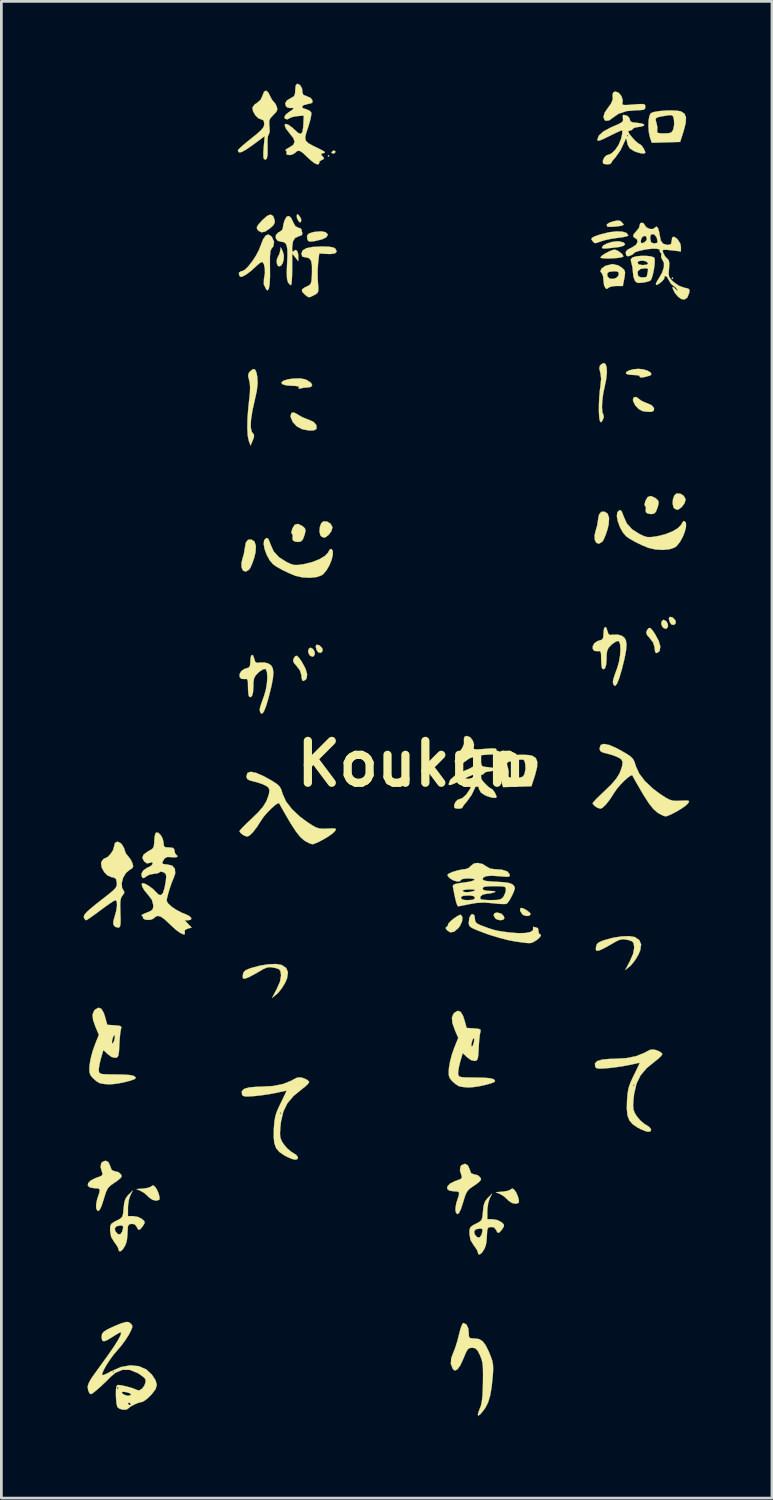
<source format=kicad_pcb>
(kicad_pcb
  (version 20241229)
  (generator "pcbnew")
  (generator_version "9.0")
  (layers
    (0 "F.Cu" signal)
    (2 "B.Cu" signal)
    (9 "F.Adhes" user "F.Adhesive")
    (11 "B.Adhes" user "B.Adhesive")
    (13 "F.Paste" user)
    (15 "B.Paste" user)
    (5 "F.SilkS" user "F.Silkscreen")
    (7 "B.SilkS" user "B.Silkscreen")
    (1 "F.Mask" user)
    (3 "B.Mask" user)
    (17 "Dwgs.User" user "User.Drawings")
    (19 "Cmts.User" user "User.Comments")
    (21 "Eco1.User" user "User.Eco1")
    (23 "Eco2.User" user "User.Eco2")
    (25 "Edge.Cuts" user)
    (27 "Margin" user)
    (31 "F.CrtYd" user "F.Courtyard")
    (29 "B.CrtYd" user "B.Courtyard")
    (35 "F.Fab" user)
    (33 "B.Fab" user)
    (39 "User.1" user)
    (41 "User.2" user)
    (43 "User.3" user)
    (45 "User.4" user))
  (footprint "Koukun"
    (layer "F.Cu")
    (at 11.942 24.784)
    (property "Reference" "Koukun" (at 0 0 0) (layer "F.SilkS") (effects (font (size 1.524 1.524) (thickness 0.3))))
    (attr through_hole)
    (fp_poly (pts (xy -2.992 -22.154) (xy -3.02 -22.126) (xy -3.048 -22.154) (xy -3.02 -22.183) (xy -2.992 -22.154)) (stroke (width 0.01) (type solid)) (fill yes) (layer "F.SilkS"))
    (fp_poly (pts (xy 9.539 -17.695) (xy 9.511 -17.667) (xy 9.483 -17.695) (xy 9.511 -17.724) (xy 9.539 -17.695)) (stroke (width 0.01) (type solid)) (fill yes) (layer "F.SilkS"))
    (fp_poly (pts (xy -2.767 -22.309) (xy -2.766 -22.296) (xy -2.812 -22.246) (xy -2.854 -22.239) (xy -2.912 -22.266) (xy -2.907 -22.296) (xy -2.835 -22.35) (xy -2.819 -22.352) (xy -2.767 -22.309)) (stroke (width 0.01) (type solid)) (fill yes) (layer "F.SilkS"))
    (fp_poly (pts (xy -4.125 -20.009) (xy -4.087 -19.972) (xy -4.022 -19.861) (xy -4.016 -19.787) (xy -4.047 -19.725) (xy -4.106 -19.764) (xy -4.166 -19.878) (xy -4.177 -19.948) (xy -4.169 -20.026) (xy -4.125 -20.009)) (stroke (width 0.01) (type solid)) (fill yes) (layer "F.SilkS"))
    (fp_poly (pts (xy -3.354 -4.317) (xy -3.342 -4.31) (xy -3.249 -4.213) (xy -3.234 -4.112) (xy -3.301 -4.044) (xy -3.393 -4.061) (xy -3.454 -4.15) (xy -3.489 -4.281) (xy -3.452 -4.342) (xy -3.354 -4.317)) (stroke (width 0.01) (type solid)) (fill yes) (layer "F.SilkS"))
    (fp_poly (pts (xy 9.516 -5.333) (xy 9.528 -5.326) (xy 9.621 -5.229) (xy 9.635 -5.128) (xy 9.568 -5.06) (xy 9.476 -5.077) (xy 9.415 -5.166) (xy 9.381 -5.297) (xy 9.418 -5.358) (xy 9.516 -5.333)) (stroke (width 0.01) (type solid)) (fill yes) (layer "F.SilkS"))
    (fp_poly (pts (xy -3.588 -4.186) (xy -3.525 -4.082) (xy -3.52 -3.98) (xy -3.586 -3.901) (xy -3.678 -3.931) (xy -3.725 -3.979) (xy -3.764 -4.081) (xy -3.747 -4.183) (xy -3.683 -4.233) (xy -3.678 -4.233) (xy -3.588 -4.186)) (stroke (width 0.01) (type solid)) (fill yes) (layer "F.SilkS"))
    (fp_poly (pts (xy 3.274 5.458) (xy 3.37 5.557) (xy 3.387 5.628) (xy 3.342 5.683) (xy 3.237 5.699) (xy 3.121 5.673) (xy 3.059 5.633) (xy 2.995 5.524) (xy 3.026 5.444) (xy 3.121 5.419) (xy 3.274 5.458)) (stroke (width 0.01) (type solid)) (fill yes) (layer "F.SilkS"))
    (fp_poly (pts (xy 9.281 -5.202) (xy 9.345 -5.098) (xy 9.35 -4.996) (xy 9.283 -4.917) (xy 9.192 -4.947) (xy 9.145 -4.995) (xy 9.105 -5.097) (xy 9.122 -5.199) (xy 9.186 -5.249) (xy 9.192 -5.249) (xy 9.281 -5.202)) (stroke (width 0.01) (type solid)) (fill yes) (layer "F.SilkS"))
    (fp_poly (pts (xy 4.099 5.279) (xy 4.215 5.347) (xy 4.312 5.424) (xy 4.346 5.475) (xy 4.302 5.532) (xy 4.2 5.546) (xy 4.089 5.516) (xy 4.039 5.479) (xy 3.966 5.366) (xy 3.959 5.279) (xy 4.01 5.249) (xy 4.099 5.279)) (stroke (width 0.01) (type solid)) (fill yes) (layer "F.SilkS"))
    (fp_poly (pts (xy -4.687 -18.67) (xy -4.649 -18.528) (xy -4.654 -18.376) (xy -4.693 -18.24) (xy -4.755 -18.149) (xy -4.83 -18.128) (xy -4.872 -18.155) (xy -4.907 -18.252) (xy -4.902 -18.385) (xy -4.86 -18.487) (xy -4.859 -18.488) (xy -4.811 -18.582) (xy -4.785 -18.683) (xy -4.763 -18.824) (xy -4.687 -18.67)) (stroke (width 0.01) (type solid)) (fill yes) (layer "F.SilkS"))
    (fp_poly (pts (xy -3.075 -8.83) (xy -2.949 -8.753) (xy -2.881 -8.633) (xy -2.879 -8.605) (xy -2.918 -8.476) (xy -3.013 -8.346) (xy -3.127 -8.257) (xy -3.189 -8.241) (xy -3.283 -8.285) (xy -3.316 -8.326) (xy -3.35 -8.462) (xy -3.338 -8.623) (xy -3.289 -8.762) (xy -3.215 -8.834) (xy -3.075 -8.83)) (stroke (width 0.01) (type solid)) (fill yes) (layer "F.SilkS"))
    (fp_poly (pts (xy 7.6 -19.787) (xy 7.646 -19.757) (xy 7.718 -19.678) (xy 7.733 -19.641) (xy 7.683 -19.616) (xy 7.56 -19.592) (xy 7.405 -19.575) (xy 7.256 -19.567) (xy 7.155 -19.573) (xy 7.135 -19.582) (xy 7.116 -19.649) (xy 7.201 -19.713) (xy 7.336 -19.762) (xy 7.498 -19.799) (xy 7.6 -19.787)) (stroke (width 0.01) (type solid)) (fill yes) (layer "F.SilkS"))
    (fp_poly (pts (xy 9.795 -9.846) (xy 9.921 -9.769) (xy 9.988 -9.649) (xy 9.991 -9.621) (xy 9.951 -9.492) (xy 9.856 -9.362) (xy 9.742 -9.273) (xy 9.681 -9.257) (xy 9.587 -9.301) (xy 9.553 -9.342) (xy 9.519 -9.478) (xy 9.531 -9.639) (xy 9.58 -9.778) (xy 9.654 -9.85) (xy 9.795 -9.846)) (stroke (width 0.01) (type solid)) (fill yes) (layer "F.SilkS"))
    (fp_poly (pts (xy -3.128 -19.373) (xy -3.052 -19.298) (xy -3.048 -19.271) (xy -3.103 -19.186) (xy -3.26 -19.111) (xy -3.512 -19.051) (xy -3.551 -19.044) (xy -3.695 -19.03) (xy -3.766 -19.058) (xy -3.795 -19.123) (xy -3.804 -19.244) (xy -3.74 -19.322) (xy -3.588 -19.373) (xy -3.516 -19.386) (xy -3.288 -19.404) (xy -3.128 -19.373)) (stroke (width 0.01) (type solid)) (fill yes) (layer "F.SilkS"))
    (fp_poly (pts (xy -5.04 -19.961) (xy -4.989 -19.834) (xy -4.979 -19.723) (xy -5.029 -19.628) (xy -5.142 -19.523) (xy -5.323 -19.398) (xy -5.462 -19.367) (xy -5.575 -19.426) (xy -5.577 -19.428) (xy -5.629 -19.497) (xy -5.629 -19.567) (xy -5.566 -19.665) (xy -5.431 -19.813) (xy -5.422 -19.822) (xy -5.254 -19.97) (xy -5.129 -20.016) (xy -5.04 -19.961)) (stroke (width 0.01) (type solid)) (fill yes) (layer "F.SilkS"))
    (fp_poly (pts (xy 7.578 -19.038) (xy 7.736 -18.996) (xy 7.788 -18.938) (xy 7.736 -18.879) (xy 7.582 -18.834) (xy 7.549 -18.83) (xy 7.281 -18.798) (xy 7.106 -18.781) (xy 7.004 -18.778) (xy 6.957 -18.79) (xy 6.944 -18.815) (xy 6.944 -18.82) (xy 6.996 -18.892) (xy 7.126 -18.961) (xy 7.297 -19.015) (xy 7.476 -19.041) (xy 7.578 -19.038)) (stroke (width 0.01) (type solid)) (fill yes) (layer "F.SilkS"))
    (fp_poly (pts (xy -4.09 -3.857) (xy -3.995 -3.719) (xy -3.858 -3.466) (xy -3.8 -3.258) (xy -3.822 -3.106) (xy -3.85 -3.069) (xy -3.931 -3.02) (xy -3.969 -3.028) (xy -3.997 -3.108) (xy -4.008 -3.225) (xy -4.058 -3.397) (xy -4.177 -3.557) (xy -4.283 -3.679) (xy -4.312 -3.768) (xy -4.288 -3.841) (xy -4.229 -3.927) (xy -4.169 -3.935) (xy -4.09 -3.857)) (stroke (width 0.01) (type solid)) (fill yes) (layer "F.SilkS"))
    (fp_poly (pts (xy 7.498 -18.708) (xy 7.606 -18.638) (xy 7.694 -18.557) (xy 7.726 -18.494) (xy 7.721 -18.483) (xy 7.644 -18.454) (xy 7.498 -18.432) (xy 7.316 -18.419) (xy 7.133 -18.414) (xy 6.982 -18.421) (xy 6.895 -18.44) (xy 6.886 -18.451) (xy 6.933 -18.51) (xy 7.047 -18.588) (xy 7.191 -18.666) (xy 7.328 -18.722) (xy 7.406 -18.738) (xy 7.498 -18.708)) (stroke (width 0.01) (type solid)) (fill yes) (layer "F.SilkS"))
    (fp_poly (pts (xy 8.295 -13.296) (xy 8.297 -13.293) (xy 8.395 -13.222) (xy 8.548 -13.155) (xy 8.583 -13.144) (xy 8.757 -13.065) (xy 8.843 -12.965) (xy 8.83 -12.864) (xy 8.742 -12.825) (xy 8.559 -12.831) (xy 8.425 -12.853) (xy 8.288 -12.924) (xy 8.161 -13.057) (xy 8.082 -13.209) (xy 8.072 -13.272) (xy 8.108 -13.359) (xy 8.194 -13.368) (xy 8.295 -13.296)) (stroke (width 0.01) (type solid)) (fill yes) (layer "F.SilkS"))
    (fp_poly (pts (xy 8.779 -4.873) (xy 8.874 -4.735) (xy 9.011 -4.482) (xy 9.07 -4.274) (xy 9.047 -4.122) (xy 9.019 -4.085) (xy 8.938 -4.036) (xy 8.901 -4.044) (xy 8.872 -4.124) (xy 8.862 -4.241) (xy 8.812 -4.413) (xy 8.692 -4.573) (xy 8.587 -4.695) (xy 8.557 -4.784) (xy 8.581 -4.857) (xy 8.64 -4.943) (xy 8.7 -4.951) (xy 8.779 -4.873)) (stroke (width 0.01) (type solid)) (fill yes) (layer "F.SilkS"))
    (fp_poly (pts (xy -9.343 15.412) (xy -9.272 15.517) (xy -9.212 15.659) (xy -9.178 15.795) (xy -9.183 15.881) (xy -9.187 15.885) (xy -9.293 15.921) (xy -9.433 15.889) (xy -9.562 15.803) (xy -9.584 15.777) (xy -9.721 15.65) (xy -9.857 15.568) (xy -10.019 15.497) (xy -9.766 15.478) (xy -9.604 15.452) (xy -9.492 15.41) (xy -9.472 15.391) (xy -9.416 15.36) (xy -9.343 15.412)) (stroke (width 0.01) (type solid)) (fill yes) (layer "F.SilkS"))
    (fp_poly (pts (xy -5.719 -8.101) (xy -5.667 -7.943) (xy -5.68 -7.709) (xy -5.73 -7.503) (xy -5.797 -7.309) (xy -5.866 -7.152) (xy -5.914 -7.077) (xy -6.035 -7.004) (xy -6.134 -7.039) (xy -6.188 -7.15) (xy -6.194 -7.312) (xy -6.156 -7.475) (xy -6.103 -7.655) (xy -6.071 -7.854) (xy -6.07 -7.864) (xy -6.033 -8.063) (xy -5.955 -8.164) (xy -5.835 -8.175) (xy -5.719 -8.101)) (stroke (width 0.01) (type solid)) (fill yes) (layer "F.SilkS"))
    (fp_poly (pts (xy 3.752 15.525) (xy 3.823 15.63) (xy 3.883 15.772) (xy 3.918 15.908) (xy 3.912 15.994) (xy 3.908 15.998) (xy 3.802 16.034) (xy 3.662 16.002) (xy 3.533 15.916) (xy 3.511 15.89) (xy 3.374 15.762) (xy 3.238 15.68) (xy 3.076 15.61) (xy 3.329 15.591) (xy 3.491 15.565) (xy 3.603 15.523) (xy 3.624 15.504) (xy 3.679 15.473) (xy 3.752 15.525)) (stroke (width 0.01) (type solid)) (fill yes) (layer "F.SilkS"))
    (fp_poly (pts (xy 7.151 -9.117) (xy 7.203 -8.959) (xy 7.189 -8.725) (xy 7.139 -8.519) (xy 7.072 -8.325) (xy 7.004 -8.168) (xy 6.956 -8.093) (xy 6.834 -8.02) (xy 6.735 -8.055) (xy 6.681 -8.166) (xy 6.675 -8.328) (xy 6.713 -8.491) (xy 6.766 -8.671) (xy 6.798 -8.87) (xy 6.799 -8.88) (xy 6.836 -9.079) (xy 6.915 -9.18) (xy 7.034 -9.191) (xy 7.151 -9.117)) (stroke (width 0.01) (type solid)) (fill yes) (layer "F.SilkS"))
    (fp_poly (pts (xy -4.133 -12.725) (xy -4.114 -12.711) (xy -3.972 -12.629) (xy -3.787 -12.554) (xy -3.743 -12.54) (xy -3.564 -12.458) (xy -3.464 -12.346) (xy -3.456 -12.224) (xy -3.471 -12.193) (xy -3.558 -12.15) (xy -3.721 -12.146) (xy -3.93 -12.182) (xy -3.99 -12.198) (xy -4.175 -12.295) (xy -4.321 -12.45) (xy -4.398 -12.628) (xy -4.403 -12.679) (xy -4.371 -12.788) (xy -4.279 -12.803) (xy -4.133 -12.725)) (stroke (width 0.01) (type solid)) (fill yes) (layer "F.SilkS"))
    (fp_poly (pts (xy -3.984 -8.673) (xy -3.953 -8.649) (xy -3.878 -8.576) (xy -3.858 -8.498) (xy -3.885 -8.371) (xy -3.902 -8.319) (xy -3.959 -8.17) (xy -4.029 -8.101) (xy -4.135 -8.084) (xy -4.262 -8.105) (xy -4.326 -8.157) (xy -4.334 -8.261) (xy -4.323 -8.29) (xy -4.33 -8.354) (xy -4.348 -8.364) (xy -4.376 -8.425) (xy -4.342 -8.566) (xy -4.257 -8.709) (xy -4.138 -8.744) (xy -3.984 -8.673)) (stroke (width 0.01) (type solid)) (fill yes) (layer "F.SilkS"))
    (fp_poly (pts (xy 1.807 5.504) (xy 1.86 5.596) (xy 1.846 5.74) (xy 1.771 5.904) (xy 1.717 5.979) (xy 1.561 6.116) (xy 1.418 6.144) (xy 1.293 6.061) (xy 1.291 6.059) (xy 1.244 5.98) (xy 1.283 5.941) (xy 1.284 5.941) (xy 1.333 5.894) (xy 1.328 5.874) (xy 1.351 5.815) (xy 1.439 5.724) (xy 1.561 5.625) (xy 1.685 5.542) (xy 1.781 5.501) (xy 1.807 5.504)) (stroke (width 0.01) (type solid)) (fill yes) (layer "F.SilkS"))
    (fp_poly (pts (xy 8.885 -9.689) (xy 8.916 -9.665) (xy 8.991 -9.592) (xy 9.012 -9.514) (xy 8.984 -9.387) (xy 8.968 -9.335) (xy 8.91 -9.186) (xy 8.841 -9.117) (xy 8.735 -9.1) (xy 8.608 -9.121) (xy 8.543 -9.173) (xy 8.536 -9.277) (xy 8.547 -9.306) (xy 8.54 -9.37) (xy 8.522 -9.38) (xy 8.493 -9.441) (xy 8.527 -9.582) (xy 8.612 -9.725) (xy 8.731 -9.76) (xy 8.885 -9.689)) (stroke (width 0.01) (type solid)) (fill yes) (layer "F.SilkS"))
    (fp_poly (pts (xy -3.876 -14.012) (xy -3.792 -13.975) (xy -3.657 -13.88) (xy -3.615 -13.793) (xy -3.668 -13.733) (xy -3.777 -13.716) (xy -3.934 -13.703) (xy -4.04 -13.678) (xy -4.108 -13.668) (xy -4.098 -13.706) (xy -4.109 -13.749) (xy -4.215 -13.77) (xy -4.329 -13.773) (xy -4.57 -13.792) (xy -4.706 -13.836) (xy -4.738 -13.896) (xy -4.667 -13.958) (xy -4.494 -14.012) (xy -4.307 -14.038) (xy -4.059 -14.046) (xy -3.876 -14.012)) (stroke (width 0.01) (type solid)) (fill yes) (layer "F.SilkS"))
    (fp_poly (pts (xy 8.444 -14.375) (xy 8.595 -14.33) (xy 8.703 -14.27) (xy 8.748 -14.207) (xy 8.709 -14.154) (xy 8.678 -14.142) (xy 8.487 -14.092) (xy 8.361 -14.077) (xy 8.32 -14.098) (xy 8.324 -14.109) (xy 8.299 -14.147) (xy 8.173 -14.166) (xy 8.106 -14.168) (xy 7.946 -14.179) (xy 7.837 -14.208) (xy 7.817 -14.224) (xy 7.835 -14.282) (xy 7.935 -14.336) (xy 8.09 -14.377) (xy 8.269 -14.393) (xy 8.27 -14.393) (xy 8.444 -14.375)) (stroke (width 0.01) (type solid)) (fill yes) (layer "F.SilkS"))
    (fp_poly (pts (xy 7.68 -19.394) (xy 7.832 -19.349) (xy 7.9 -19.268) (xy 7.902 -19.248) (xy 7.851 -19.222) (xy 7.717 -19.193) (xy 7.539 -19.169) (xy 7.301 -19.135) (xy 7.069 -19.087) (xy 6.939 -19.049) (xy 6.788 -18.995) (xy 6.708 -18.973) (xy 6.667 -18.982) (xy 6.628 -19.02) (xy 6.615 -19.033) (xy 6.561 -19.103) (xy 6.572 -19.159) (xy 6.66 -19.213) (xy 6.841 -19.277) (xy 6.909 -19.298) (xy 7.199 -19.37) (xy 7.463 -19.402) (xy 7.68 -19.394)) (stroke (width 0.01) (type solid)) (fill yes) (layer "F.SilkS"))
    (fp_poly (pts (xy 7.074 -14.569) (xy 7.115 -14.449) (xy 7.124 -14.258) (xy 7.098 -14.011) (xy 7.049 -13.778) (xy 6.99 -13.497) (xy 6.955 -13.224) (xy 6.944 -12.986) (xy 6.96 -12.809) (xy 6.995 -12.725) (xy 7.012 -12.634) (xy 6.976 -12.538) (xy 6.92 -12.451) (xy 6.885 -12.46) (xy 6.867 -12.5) (xy 6.843 -12.629) (xy 6.832 -12.838) (xy 6.833 -13.094) (xy 6.846 -13.367) (xy 6.869 -13.625) (xy 6.886 -13.744) (xy 6.914 -14.03) (xy 6.888 -14.245) (xy 6.879 -14.272) (xy 6.846 -14.416) (xy 6.87 -14.508) (xy 6.903 -14.547) (xy 7.002 -14.606) (xy 7.074 -14.569)) (stroke (width 0.01) (type solid)) (fill yes) (layer "F.SilkS"))
    (fp_poly (pts (xy -5.7 -14.372) (xy -5.645 -14.257) (xy -5.615 -14.09) (xy -5.604 -13.857) (xy -5.634 -13.595) (xy -5.695 -13.314) (xy -5.795 -12.867) (xy -5.848 -12.513) (xy -5.855 -12.255) (xy -5.815 -12.095) (xy -5.793 -12.067) (xy -5.737 -11.992) (xy -5.738 -11.905) (xy -5.782 -11.788) (xy -5.861 -11.599) (xy -5.922 -11.758) (xy -5.964 -11.951) (xy -5.98 -12.236) (xy -5.973 -12.596) (xy -5.94 -13.012) (xy -5.917 -13.218) (xy -5.885 -13.517) (xy -5.878 -13.734) (xy -5.894 -13.897) (xy -5.914 -13.978) (xy -5.95 -14.13) (xy -5.935 -14.226) (xy -5.888 -14.292) (xy -5.779 -14.382) (xy -5.7 -14.372)) (stroke (width 0.01) (type solid)) (fill yes) (layer "F.SilkS"))
    (fp_poly (pts (xy -4.74 7.326) (xy -4.726 7.331) (xy -4.563 7.44) (xy -4.498 7.6) (xy -4.531 7.815) (xy -4.603 7.982) (xy -4.717 8.17) (xy -4.846 8.334) (xy -4.914 8.399) (xy -5.077 8.529) (xy -4.907 8.205) (xy -4.789 7.937) (xy -4.751 7.723) (xy -4.753 7.68) (xy -4.774 7.55) (xy -4.83 7.482) (xy -4.956 7.44) (xy -5.004 7.43) (xy -5.14 7.409) (xy -5.255 7.421) (xy -5.387 7.475) (xy -5.568 7.58) (xy -5.758 7.688) (xy -5.926 7.775) (xy -6.03 7.818) (xy -6.121 7.832) (xy -6.148 7.781) (xy -6.143 7.696) (xy -6.118 7.599) (xy -6.052 7.53) (xy -5.919 7.469) (xy -5.814 7.433) (xy -5.509 7.352) (xy -5.207 7.305) (xy -4.939 7.295) (xy -4.74 7.326)) (stroke (width 0.01) (type solid)) (fill yes) (layer "F.SilkS"))
    (fp_poly (pts (xy 2.142 -0.967) (xy 2.236 -0.848) (xy 2.282 -0.702) (xy 2.276 -0.628) (xy 2.266 -0.568) (xy 2.288 -0.535) (xy 2.366 -0.525) (xy 2.519 -0.532) (xy 2.675 -0.545) (xy 2.892 -0.561) (xy 3.02 -0.562) (xy 3.082 -0.544) (xy 3.103 -0.5) (xy 3.104 -0.46) (xy 3.092 -0.389) (xy 3.038 -0.353) (xy 2.913 -0.34) (xy 2.808 -0.338) (xy 2.423 -0.305) (xy 2.123 -0.204) (xy 1.952 -0.084) (xy 1.787 0.034) (xy 1.662 0.048) (xy 1.618 0.019) (xy 1.58 -0.094) (xy 1.626 -0.251) (xy 1.75 -0.432) (xy 1.753 -0.436) (xy 1.856 -0.58) (xy 1.912 -0.713) (xy 1.916 -0.754) (xy 1.913 -0.916) (xy 1.943 -0.994) (xy 2.019 -1.016) (xy 2.026 -1.016) (xy 2.142 -0.967)) (stroke (width 0.01) (type solid)) (fill yes) (layer "F.SilkS"))
    (fp_poly (pts (xy 7.56 -24.448) (xy 7.655 -24.329) (xy 7.7 -24.183) (xy 7.695 -24.109) (xy 7.684 -24.049) (xy 7.707 -24.016) (xy 7.784 -24.006) (xy 7.938 -24.013) (xy 8.093 -24.026) (xy 8.31 -24.042) (xy 8.438 -24.043) (xy 8.501 -24.024) (xy 8.521 -23.981) (xy 8.523 -23.941) (xy 8.511 -23.87) (xy 8.456 -23.833) (xy 8.331 -23.82) (xy 8.227 -23.819) (xy 7.842 -23.786) (xy 7.542 -23.685) (xy 7.371 -23.565) (xy 7.206 -23.446) (xy 7.08 -23.433) (xy 7.037 -23.462) (xy 6.998 -23.575) (xy 7.044 -23.732) (xy 7.168 -23.913) (xy 7.172 -23.917) (xy 7.275 -24.061) (xy 7.331 -24.194) (xy 7.335 -24.234) (xy 7.331 -24.397) (xy 7.362 -24.475) (xy 7.437 -24.497) (xy 7.444 -24.497) (xy 7.56 -24.448)) (stroke (width 0.01) (type solid)) (fill yes) (layer "F.SilkS"))
    (fp_poly (pts (xy 8.129 6.31) (xy 8.143 6.315) (xy 8.306 6.424) (xy 8.371 6.584) (xy 8.338 6.799) (xy 8.266 6.966) (xy 8.152 7.154) (xy 8.023 7.318) (xy 7.955 7.383) (xy 7.792 7.513) (xy 7.963 7.189) (xy 8.08 6.921) (xy 8.118 6.707) (xy 8.117 6.664) (xy 8.096 6.534) (xy 8.039 6.466) (xy 7.914 6.424) (xy 7.865 6.414) (xy 7.729 6.393) (xy 7.614 6.405) (xy 7.483 6.459) (xy 7.301 6.564) (xy 7.112 6.672) (xy 6.943 6.759) (xy 6.84 6.802) (xy 6.748 6.816) (xy 6.721 6.765) (xy 6.727 6.68) (xy 6.752 6.583) (xy 6.817 6.514) (xy 6.951 6.453) (xy 7.056 6.417) (xy 7.36 6.336) (xy 7.663 6.289) (xy 7.93 6.279) (xy 8.129 6.31)) (stroke (width 0.01) (type solid)) (fill yes) (layer "F.SilkS"))
    (fp_poly (pts (xy 7.535 -18.165) (xy 7.68 -18.071) (xy 7.757 -17.996) (xy 7.786 -17.914) (xy 7.775 -17.783) (xy 7.758 -17.689) (xy 7.705 -17.413) (xy 7.463 -17.413) (xy 7.304 -17.398) (xy 7.195 -17.36) (xy 7.177 -17.343) (xy 7.122 -17.302) (xy 7.067 -17.34) (xy 7.022 -17.438) (xy 7 -17.591) (xy 6.999 -17.619) (xy 6.985 -17.765) (xy 6.951 -17.857) (xy 6.943 -17.865) (xy 6.943 -17.865) (xy 7.133 -17.865) (xy 7.147 -17.754) (xy 7.225 -17.682) (xy 7.348 -17.67) (xy 7.47 -17.71) (xy 7.547 -17.796) (xy 7.553 -17.822) (xy 7.551 -17.908) (xy 7.49 -17.943) (xy 7.373 -17.949) (xy 7.204 -17.929) (xy 7.133 -17.865) (xy 6.943 -17.865) (xy 6.885 -17.946) (xy 6.925 -18.043) (xy 7.051 -18.135) (xy 7.092 -18.154) (xy 7.326 -18.211) (xy 7.535 -18.165)) (stroke (width 0.01) (type solid)) (fill yes) (layer "F.SilkS"))
    (fp_poly (pts (xy -5.22 -8.207) (xy -5.164 -8.082) (xy -5.145 -8.023) (xy -5.022 -7.745) (xy -4.826 -7.528) (xy -4.559 -7.36) (xy -4.399 -7.283) (xy -4.273 -7.247) (xy -4.137 -7.246) (xy -3.944 -7.273) (xy -3.902 -7.28) (xy -3.616 -7.351) (xy -3.361 -7.452) (xy -3.159 -7.571) (xy -3.037 -7.696) (xy -3.019 -7.736) (xy -2.965 -7.82) (xy -2.919 -7.831) (xy -2.864 -7.76) (xy -2.863 -7.622) (xy -2.905 -7.444) (xy -2.982 -7.25) (xy -3.083 -7.068) (xy -3.2 -6.925) (xy -3.274 -6.867) (xy -3.46 -6.804) (xy -3.708 -6.779) (xy -3.976 -6.794) (xy -4.22 -6.85) (xy -4.236 -6.855) (xy -4.472 -6.953) (xy -4.711 -7.069) (xy -4.916 -7.184) (xy -5.043 -7.274) (xy -5.166 -7.42) (xy -5.271 -7.612) (xy -5.347 -7.818) (xy -5.383 -8.006) (xy -5.368 -8.143) (xy -5.352 -8.168) (xy -5.278 -8.232) (xy -5.22 -8.207)) (stroke (width 0.01) (type solid)) (fill yes) (layer "F.SilkS"))
    (fp_poly (pts (xy 7.65 -9.223) (xy 7.705 -9.098) (xy 7.724 -9.039) (xy 7.848 -8.761) (xy 8.044 -8.544) (xy 8.31 -8.376) (xy 8.471 -8.299) (xy 8.596 -8.263) (xy 8.732 -8.262) (xy 8.925 -8.289) (xy 8.968 -8.296) (xy 9.253 -8.367) (xy 9.509 -8.468) (xy 9.71 -8.587) (xy 9.832 -8.712) (xy 9.851 -8.752) (xy 9.904 -8.836) (xy 9.95 -8.847) (xy 10.005 -8.776) (xy 10.007 -8.638) (xy 9.964 -8.46) (xy 9.887 -8.266) (xy 9.786 -8.084) (xy 9.67 -7.941) (xy 9.595 -7.883) (xy 9.41 -7.82) (xy 9.161 -7.795) (xy 8.893 -7.81) (xy 8.649 -7.866) (xy 8.633 -7.871) (xy 8.397 -7.969) (xy 8.158 -8.085) (xy 7.954 -8.2) (xy 7.826 -8.29) (xy 7.703 -8.436) (xy 7.598 -8.628) (xy 7.522 -8.834) (xy 7.486 -9.022) (xy 7.502 -9.159) (xy 7.517 -9.184) (xy 7.592 -9.248) (xy 7.65 -9.223)) (stroke (width 0.01) (type solid)) (fill yes) (layer "F.SilkS"))
    (fp_poly (pts (xy -11.04 14.516) (xy -10.973 14.662) (xy -10.97 14.674) (xy -10.921 14.802) (xy -10.829 14.844) (xy -10.813 14.845) (xy -10.673 14.881) (xy -10.577 14.969) (xy -10.558 15.04) (xy -10.604 15.101) (xy -10.718 15.195) (xy -10.825 15.268) (xy -10.963 15.364) (xy -11.054 15.456) (xy -11.119 15.578) (xy -11.181 15.765) (xy -11.208 15.858) (xy -11.29 16.111) (xy -11.363 16.259) (xy -11.425 16.299) (xy -11.475 16.23) (xy -11.487 16.189) (xy -11.489 16.057) (xy -11.454 15.879) (xy -11.433 15.811) (xy -11.371 15.626) (xy -11.357 15.523) (xy -11.397 15.477) (xy -11.501 15.466) (xy -11.545 15.466) (xy -11.714 15.439) (xy -11.792 15.372) (xy -11.78 15.28) (xy -11.684 15.182) (xy -11.508 15.094) (xy -11.454 15.076) (xy -11.309 15.022) (xy -11.255 14.967) (xy -11.263 14.912) (xy -11.326 14.702) (xy -11.306 14.559) (xy -11.266 14.511) (xy -11.144 14.462) (xy -11.04 14.516)) (stroke (width 0.01) (type solid)) (fill yes) (layer "F.SilkS"))
    (fp_poly (pts (xy -5.101 -19.217) (xy -5.079 -19.191) (xy -5.005 -19.022) (xy -5.03 -18.859) (xy -5.102 -18.768) (xy -5.136 -18.685) (xy -5.154 -18.503) (xy -5.156 -18.217) (xy -5.154 -18.118) (xy -5.152 -17.755) (xy -5.166 -17.487) (xy -5.195 -17.318) (xy -5.238 -17.252) (xy -5.285 -17.28) (xy -5.379 -17.469) (xy -5.373 -17.681) (xy -5.363 -17.721) (xy -5.338 -17.884) (xy -5.343 -18.056) (xy -5.373 -18.2) (xy -5.422 -18.281) (xy -5.444 -18.288) (xy -5.521 -18.25) (xy -5.635 -18.155) (xy -5.676 -18.115) (xy -5.836 -17.969) (xy -6.009 -17.838) (xy -6.031 -17.824) (xy -6.161 -17.754) (xy -6.234 -17.75) (xy -6.267 -17.783) (xy -6.29 -17.889) (xy -6.218 -17.946) (xy -6.18 -17.949) (xy -6.08 -17.996) (xy -5.95 -18.121) (xy -5.808 -18.3) (xy -5.671 -18.508) (xy -5.558 -18.722) (xy -5.503 -18.861) (xy -5.405 -19.113) (xy -5.307 -19.255) (xy -5.206 -19.289) (xy -5.101 -19.217)) (stroke (width 0.01) (type solid)) (fill yes) (layer "F.SilkS"))
    (fp_poly (pts (xy -2.992 -18.843) (xy -2.835 -18.813) (xy -2.768 -18.77) (xy -2.722 -18.669) (xy -2.78 -18.603) (xy -2.939 -18.577) (xy -3.068 -18.58) (xy -3.358 -18.598) (xy -3.399 -18.26) (xy -3.416 -18.009) (xy -3.416 -17.724) (xy -3.406 -17.545) (xy -3.391 -17.344) (xy -3.394 -17.225) (xy -3.427 -17.155) (xy -3.497 -17.105) (xy -3.546 -17.079) (xy -3.671 -17.016) (xy -3.742 -17.002) (xy -3.808 -17.039) (xy -3.881 -17.099) (xy -3.984 -17.206) (xy -3.987 -17.286) (xy -3.886 -17.36) (xy -3.824 -17.389) (xy -3.73 -17.435) (xy -3.674 -17.491) (xy -3.644 -17.583) (xy -3.63 -17.743) (xy -3.624 -17.884) (xy -3.624 -18.151) (xy -3.654 -18.324) (xy -3.722 -18.42) (xy -3.836 -18.456) (xy -3.873 -18.457) (xy -3.977 -18.484) (xy -4.007 -18.583) (xy -4.008 -18.593) (xy -3.964 -18.708) (xy -3.83 -18.789) (xy -3.599 -18.836) (xy -3.265 -18.852) (xy -3.244 -18.852) (xy -2.992 -18.843)) (stroke (width 0.01) (type solid)) (fill yes) (layer "F.SilkS"))
    (fp_poly (pts (xy 2.055 14.629) (xy 2.122 14.774) (xy 2.125 14.787) (xy 2.174 14.915) (xy 2.266 14.957) (xy 2.282 14.958) (xy 2.422 14.994) (xy 2.518 15.082) (xy 2.537 15.153) (xy 2.491 15.213) (xy 2.377 15.308) (xy 2.27 15.381) (xy 2.132 15.476) (xy 2.041 15.569) (xy 1.976 15.691) (xy 1.914 15.878) (xy 1.887 15.971) (xy 1.805 16.224) (xy 1.732 16.372) (xy 1.67 16.412) (xy 1.62 16.342) (xy 1.608 16.302) (xy 1.607 16.17) (xy 1.641 15.992) (xy 1.663 15.924) (xy 1.724 15.739) (xy 1.739 15.636) (xy 1.698 15.59) (xy 1.595 15.579) (xy 1.55 15.579) (xy 1.381 15.552) (xy 1.303 15.485) (xy 1.315 15.393) (xy 1.411 15.295) (xy 1.587 15.207) (xy 1.641 15.189) (xy 1.786 15.135) (xy 1.84 15.08) (xy 1.832 15.025) (xy 1.769 14.815) (xy 1.789 14.672) (xy 1.829 14.623) (xy 1.951 14.575) (xy 2.055 14.629)) (stroke (width 0.01) (type solid)) (fill yes) (layer "F.SilkS"))
    (fp_poly (pts (xy 4.262 -0.32) (xy 4.405 -0.293) (xy 4.41 -0.292) (xy 4.532 -0.21) (xy 4.587 -0.076) (xy 4.579 0.123) (xy 4.508 0.403) (xy 4.5 0.427) (xy 4.374 0.818) (xy 3.342 0.849) (xy 3.28 0.67) (xy 3.235 0.478) (xy 3.217 0.256) (xy 3.224 0.04) (xy 3.236 -0.029) (xy 3.484 -0.029) (xy 3.485 0.04) (xy 3.51 0.117) (xy 3.543 0.273) (xy 3.539 0.397) (xy 3.534 0.463) (xy 3.58 0.496) (xy 3.703 0.507) (xy 3.788 0.508) (xy 3.959 0.501) (xy 4.053 0.471) (xy 4.107 0.399) (xy 4.126 0.353) (xy 4.157 0.186) (xy 4.149 0.01) (xy 4.121 -0.107) (xy 4.072 -0.155) (xy 3.966 -0.154) (xy 3.877 -0.141) (xy 3.66 -0.106) (xy 3.536 -0.072) (xy 3.484 -0.029) (xy 3.236 -0.029) (xy 3.255 -0.134) (xy 3.305 -0.228) (xy 3.411 -0.27) (xy 3.595 -0.303) (xy 3.822 -0.323) (xy 4.055 -0.33) (xy 4.262 -0.32)) (stroke (width 0.01) (type solid)) (fill yes) (layer "F.SilkS"))
    (fp_poly (pts (xy 9.68 -23.801) (xy 9.824 -23.774) (xy 9.828 -23.773) (xy 9.95 -23.691) (xy 10.006 -23.557) (xy 9.997 -23.358) (xy 9.926 -23.078) (xy 9.919 -23.054) (xy 9.793 -22.662) (xy 8.761 -22.632) (xy 8.698 -22.811) (xy 8.654 -23.003) (xy 8.636 -23.225) (xy 8.643 -23.441) (xy 8.655 -23.509) (xy 8.902 -23.509) (xy 8.904 -23.441) (xy 8.928 -23.364) (xy 8.962 -23.208) (xy 8.958 -23.084) (xy 8.953 -23.018) (xy 8.999 -22.985) (xy 9.121 -22.974) (xy 9.207 -22.973) (xy 9.378 -22.979) (xy 9.472 -23.01) (xy 9.525 -23.082) (xy 9.544 -23.128) (xy 9.576 -23.295) (xy 9.568 -23.471) (xy 9.539 -23.588) (xy 9.49 -23.636) (xy 9.384 -23.635) (xy 9.296 -23.622) (xy 9.079 -23.586) (xy 8.954 -23.553) (xy 8.902 -23.509) (xy 8.655 -23.509) (xy 8.674 -23.615) (xy 8.724 -23.709) (xy 8.83 -23.751) (xy 9.014 -23.784) (xy 9.24 -23.804) (xy 9.474 -23.81) (xy 9.68 -23.801)) (stroke (width 0.01) (type solid)) (fill yes) (layer "F.SilkS"))
    (fp_poly (pts (xy 2.296 5.526) (xy 2.314 5.64) (xy 2.326 5.74) (xy 2.378 5.809) (xy 2.497 5.871) (xy 2.611 5.915) (xy 2.832 5.996) (xy 3.001 6.05) (xy 3.159 6.087) (xy 3.347 6.117) (xy 3.591 6.148) (xy 3.899 6.172) (xy 4.151 6.165) (xy 4.332 6.13) (xy 4.428 6.068) (xy 4.435 6.001) (xy 4.433 5.94) (xy 4.491 5.949) (xy 4.582 5.979) (xy 4.605 5.983) (xy 4.624 6.031) (xy 4.628 6.096) (xy 4.651 6.188) (xy 4.683 6.209) (xy 4.723 6.238) (xy 4.688 6.31) (xy 4.596 6.399) (xy 4.519 6.452) (xy 4.441 6.497) (xy 4.374 6.525) (xy 4.294 6.534) (xy 4.175 6.527) (xy 3.992 6.503) (xy 3.754 6.469) (xy 3.503 6.419) (xy 3.196 6.339) (xy 2.877 6.242) (xy 2.696 6.179) (xy 2.434 6.08) (xy 2.261 6.007) (xy 2.158 5.95) (xy 2.107 5.895) (xy 2.091 5.834) (xy 2.089 5.804) (xy 2.111 5.606) (xy 2.177 5.495) (xy 2.236 5.475) (xy 2.296 5.526)) (stroke (width 0.01) (type solid)) (fill yes) (layer "F.SilkS"))
    (fp_poly (pts (xy -4.374 -19.881) (xy -4.318 -19.756) (xy -4.23 -19.594) (xy -4.13 -19.54) (xy -4.033 -19.507) (xy -4.008 -19.474) (xy -3.989 -19.383) (xy -3.975 -19.342) (xy -3.989 -19.27) (xy -4.105 -19.223) (xy -4.111 -19.221) (xy -4.241 -19.162) (xy -4.315 -19.042) (xy -4.343 -18.84) (xy -4.345 -18.768) (xy -4.335 -18.662) (xy -4.304 -18.663) (xy -4.295 -18.676) (xy -4.226 -18.728) (xy -4.164 -18.687) (xy -4.126 -18.569) (xy -4.122 -18.496) (xy -4.123 -18.316) (xy -4.344 -18.598) (xy -4.345 -18.02) (xy -4.349 -17.78) (xy -4.36 -17.588) (xy -4.376 -17.469) (xy -4.389 -17.441) (xy -4.45 -17.483) (xy -4.498 -17.547) (xy -4.532 -17.67) (xy -4.543 -17.894) (xy -4.532 -18.189) (xy -4.517 -18.517) (xy -4.521 -18.748) (xy -4.548 -18.899) (xy -4.601 -18.984) (xy -4.684 -19.018) (xy -4.736 -19.022) (xy -4.876 -19.062) (xy -4.945 -19.157) (xy -4.937 -19.271) (xy -4.847 -19.367) (xy -4.793 -19.39) (xy -4.704 -19.463) (xy -4.685 -19.525) (xy -4.667 -19.648) (xy -4.623 -19.804) (xy -4.622 -19.806) (xy -4.547 -19.939) (xy -4.46 -19.963) (xy -4.374 -19.881)) (stroke (width 0.01) (type solid)) (fill yes) (layer "F.SilkS"))
    (fp_poly (pts (xy 8.577 -18.509) (xy 8.745 -18.488) (xy 8.845 -18.448) (xy 8.851 -18.443) (xy 8.869 -18.354) (xy 8.862 -18.196) (xy 8.835 -18.004) (xy 8.795 -17.816) (xy 8.748 -17.671) (xy 8.712 -17.612) (xy 8.63 -17.577) (xy 8.483 -17.542) (xy 8.437 -17.535) (xy 8.279 -17.522) (xy 8.188 -17.554) (xy 8.141 -17.611) (xy 8.092 -17.745) (xy 8.074 -17.896) (xy 8.241 -17.896) (xy 8.26 -17.791) (xy 8.279 -17.761) (xy 8.356 -17.731) (xy 8.467 -17.725) (xy 8.558 -17.742) (xy 8.58 -17.766) (xy 8.594 -17.849) (xy 8.615 -17.935) (xy 8.622 -18.032) (xy 8.553 -18.062) (xy 8.534 -18.062) (xy 8.351 -18.034) (xy 8.253 -17.953) (xy 8.241 -17.896) (xy 8.074 -17.896) (xy 8.072 -17.913) (xy 8.072 -17.917) (xy 8.055 -18.099) (xy 8.017 -18.255) (xy 8.015 -18.263) (xy 8.241 -18.263) (xy 8.278 -18.2) (xy 8.403 -18.176) (xy 8.443 -18.175) (xy 8.586 -18.191) (xy 8.624 -18.24) (xy 8.622 -18.246) (xy 8.558 -18.306) (xy 8.444 -18.335) (xy 8.326 -18.33) (xy 8.25 -18.291) (xy 8.241 -18.263) (xy 8.015 -18.263) (xy 7.991 -18.371) (xy 8.041 -18.439) (xy 8.07 -18.456) (xy 8.199 -18.494) (xy 8.382 -18.511) (xy 8.577 -18.509)) (stroke (width 0.01) (type solid)) (fill yes) (layer "F.SilkS"))
    (fp_poly (pts (xy -5.215 -24.463) (xy -5.165 -24.365) (xy -5.095 -24.225) (xy -5.031 -24.136) (xy -5.021 -24.128) (xy -4.956 -24.051) (xy -4.907 -23.95) (xy -4.885 -23.848) (xy -4.923 -23.757) (xy -5.031 -23.644) (xy -5.141 -23.527) (xy -5.184 -23.423) (xy -5.18 -23.275) (xy -5.174 -23.228) (xy -5.164 -23.05) (xy -5.19 -22.949) (xy -5.2 -22.94) (xy -5.231 -22.863) (xy -5.244 -22.692) (xy -5.241 -22.478) (xy -5.24 -22.214) (xy -5.267 -22.059) (xy -5.322 -22.013) (xy -5.379 -22.049) (xy -5.394 -22.121) (xy -5.395 -22.272) (xy -5.382 -22.472) (xy -5.381 -22.481) (xy -5.345 -22.874) (xy -5.778 -22.554) (xy -6.017 -22.387) (xy -6.182 -22.296) (xy -6.281 -22.279) (xy -6.32 -22.332) (xy -6.322 -22.355) (xy -6.28 -22.409) (xy -6.167 -22.515) (xy -6 -22.657) (xy -5.842 -22.783) (xy -5.623 -22.96) (xy -5.481 -23.088) (xy -5.4 -23.186) (xy -5.367 -23.27) (xy -5.362 -23.32) (xy -5.383 -23.441) (xy -5.456 -23.48) (xy -5.471 -23.481) (xy -5.584 -23.529) (xy -5.695 -23.644) (xy -5.773 -23.787) (xy -5.791 -23.914) (xy -5.788 -23.924) (xy -5.714 -24.026) (xy -5.617 -24.091) (xy -5.493 -24.202) (xy -5.432 -24.336) (xy -5.37 -24.49) (xy -5.296 -24.532) (xy -5.215 -24.463)) (stroke (width 0.01) (type solid)) (fill yes) (layer "F.SilkS"))
    (fp_poly (pts (xy 2.002 20.427) (xy 2.071 20.569) (xy 2.088 20.726) (xy 2.095 20.865) (xy 2.135 20.925) (xy 2.242 20.94) (xy 2.31 20.941) (xy 2.463 20.962) (xy 2.588 21.036) (xy 2.701 21.18) (xy 2.816 21.409) (xy 2.881 21.566) (xy 2.944 21.746) (xy 2.975 21.909) (xy 2.979 22.1) (xy 2.964 22.324) (xy 2.923 22.717) (xy 2.87 23.02) (xy 2.8 23.256) (xy 2.706 23.448) (xy 2.648 23.534) (xy 2.523 23.69) (xy 2.445 23.753) (xy 2.419 23.723) (xy 2.452 23.6) (xy 2.486 23.517) (xy 2.535 23.381) (xy 2.569 23.218) (xy 2.591 23.005) (xy 2.603 22.716) (xy 2.607 22.543) (xy 2.61 22.23) (xy 2.605 22.004) (xy 2.589 21.838) (xy 2.559 21.707) (xy 2.512 21.583) (xy 2.497 21.548) (xy 2.414 21.386) (xy 2.339 21.306) (xy 2.245 21.28) (xy 2.212 21.28) (xy 2.125 21.289) (xy 2.059 21.331) (xy 1.998 21.43) (xy 1.922 21.607) (xy 1.897 21.67) (xy 1.783 21.918) (xy 1.678 22.066) (xy 1.584 22.11) (xy 1.514 22.058) (xy 1.437 21.87) (xy 1.45 21.662) (xy 1.523 21.467) (xy 1.599 21.273) (xy 1.677 21.024) (xy 1.736 20.79) (xy 1.787 20.592) (xy 1.84 20.445) (xy 1.884 20.378) (xy 1.89 20.376) (xy 2.002 20.427)) (stroke (width 0.01) (type solid)) (fill yes) (layer "F.SilkS"))
    (fp_poly (pts (xy -5.773 -3.955) (xy -5.729 -3.837) (xy -5.728 -3.833) (xy -5.689 -3.713) (xy -5.622 -3.678) (xy -5.525 -3.69) (xy -5.353 -3.692) (xy -5.219 -3.658) (xy -5.116 -3.589) (xy -5.053 -3.485) (xy -5.03 -3.331) (xy -5.047 -3.115) (xy -5.103 -2.821) (xy -5.199 -2.437) (xy -5.204 -2.415) (xy -5.295 -2.107) (xy -5.373 -1.911) (xy -5.439 -1.825) (xy -5.493 -1.851) (xy -5.508 -1.882) (xy -5.525 -1.937) (xy -5.526 -1.998) (xy -5.505 -2.09) (xy -5.456 -2.237) (xy -5.374 -2.463) (xy -5.367 -2.484) (xy -5.304 -2.702) (xy -5.265 -2.936) (xy -5.251 -3.156) (xy -5.263 -3.335) (xy -5.303 -3.443) (xy -5.325 -3.46) (xy -5.409 -3.442) (xy -5.531 -3.364) (xy -5.579 -3.322) (xy -5.681 -3.214) (xy -5.735 -3.109) (xy -5.755 -2.964) (xy -5.757 -2.823) (xy -5.772 -2.605) (xy -5.811 -2.47) (xy -5.871 -2.428) (xy -5.916 -2.454) (xy -5.938 -2.528) (xy -5.952 -2.677) (xy -5.955 -2.803) (xy -5.958 -2.979) (xy -5.976 -3.068) (xy -6.02 -3.095) (xy -6.083 -3.088) (xy -6.204 -3.099) (xy -6.262 -3.171) (xy -6.259 -3.275) (xy -6.199 -3.38) (xy -6.086 -3.457) (xy -6.04 -3.471) (xy -5.928 -3.508) (xy -5.881 -3.579) (xy -5.87 -3.722) (xy -5.87 -3.726) (xy -5.855 -3.89) (xy -5.819 -3.969) (xy -5.773 -3.955)) (stroke (width 0.01) (type solid)) (fill yes) (layer "F.SilkS"))
    (fp_poly (pts (xy 7.097 -4.971) (xy 7.14 -4.853) (xy 7.141 -4.849) (xy 7.18 -4.729) (xy 7.247 -4.694) (xy 7.344 -4.706) (xy 7.516 -4.708) (xy 7.65 -4.674) (xy 7.753 -4.605) (xy 7.816 -4.501) (xy 7.839 -4.347) (xy 7.822 -4.131) (xy 7.766 -3.837) (xy 7.671 -3.453) (xy 7.665 -3.431) (xy 7.574 -3.123) (xy 7.496 -2.927) (xy 7.43 -2.841) (xy 7.376 -2.867) (xy 7.361 -2.898) (xy 7.345 -2.953) (xy 7.344 -3.014) (xy 7.365 -3.106) (xy 7.413 -3.253) (xy 7.495 -3.479) (xy 7.503 -3.5) (xy 7.565 -3.718) (xy 7.604 -3.952) (xy 7.618 -4.172) (xy 7.606 -4.351) (xy 7.567 -4.459) (xy 7.545 -4.476) (xy 7.46 -4.458) (xy 7.339 -4.38) (xy 7.291 -4.338) (xy 7.188 -4.23) (xy 7.135 -4.125) (xy 7.114 -3.98) (xy 7.112 -3.839) (xy 7.098 -3.621) (xy 7.058 -3.486) (xy 6.999 -3.444) (xy 6.953 -3.47) (xy 6.932 -3.544) (xy 6.918 -3.693) (xy 6.914 -3.819) (xy 6.911 -3.995) (xy 6.893 -4.084) (xy 6.85 -4.111) (xy 6.786 -4.104) (xy 6.665 -4.115) (xy 6.608 -4.187) (xy 6.61 -4.291) (xy 6.67 -4.396) (xy 6.783 -4.473) (xy 6.83 -4.487) (xy 6.941 -4.524) (xy 6.989 -4.595) (xy 6.999 -4.738) (xy 6.999 -4.742) (xy 7.014 -4.906) (xy 7.05 -4.985) (xy 7.097 -4.971)) (stroke (width 0.01) (type solid)) (fill yes) (layer "F.SilkS"))
    (fp_poly (pts (xy -10.241 15.72) (xy -10.293 15.878) (xy -10.325 16.085) (xy -10.329 16.185) (xy -10.329 16.482) (xy -10.138 16.482) (xy -9.963 16.513) (xy -9.816 16.587) (xy -9.73 16.667) (xy -9.722 16.736) (xy -9.783 16.841) (xy -9.883 16.963) (xy -9.956 16.976) (xy -10.006 16.883) (xy -10.007 16.877) (xy -10.08 16.783) (xy -10.183 16.764) (xy -10.289 16.782) (xy -10.33 16.861) (xy -10.336 16.933) (xy -10.349 17.175) (xy -10.365 17.337) (xy -10.39 17.451) (xy -10.431 17.551) (xy -10.444 17.578) (xy -10.526 17.704) (xy -10.605 17.766) (xy -10.658 17.754) (xy -10.668 17.704) (xy -10.702 17.61) (xy -10.788 17.479) (xy -10.822 17.437) (xy -10.941 17.242) (xy -10.98 17.014) (xy -10.98 17.009) (xy -10.978 16.936) (xy -10.811 16.936) (xy -10.785 17.039) (xy -10.694 17.141) (xy -10.603 17.142) (xy -10.537 17.042) (xy -10.534 17.032) (xy -10.504 16.895) (xy -10.52 16.835) (xy -10.59 16.821) (xy -10.597 16.821) (xy -10.751 16.852) (xy -10.811 16.936) (xy -10.978 16.936) (xy -10.976 16.855) (xy -10.937 16.764) (xy -10.835 16.693) (xy -10.748 16.649) (xy -10.617 16.58) (xy -10.544 16.513) (xy -10.509 16.41) (xy -10.49 16.237) (xy -10.487 16.195) (xy -10.462 15.98) (xy -10.413 15.836) (xy -10.325 15.719) (xy -10.309 15.703) (xy -10.154 15.55) (xy -10.241 15.72)) (stroke (width 0.01) (type solid)) (fill yes) (layer "F.SilkS"))
    (fp_poly (pts (xy 2.854 15.833) (xy 2.802 15.991) (xy 2.771 16.198) (xy 2.766 16.298) (xy 2.766 16.595) (xy 2.957 16.595) (xy 3.132 16.626) (xy 3.279 16.7) (xy 3.365 16.78) (xy 3.373 16.849) (xy 3.312 16.954) (xy 3.212 17.075) (xy 3.14 17.089) (xy 3.09 16.995) (xy 3.088 16.99) (xy 3.015 16.896) (xy 2.912 16.877) (xy 2.807 16.895) (xy 2.765 16.974) (xy 2.759 17.046) (xy 2.746 17.288) (xy 2.73 17.449) (xy 2.705 17.564) (xy 2.664 17.664) (xy 2.651 17.691) (xy 2.569 17.817) (xy 2.49 17.879) (xy 2.437 17.867) (xy 2.427 17.817) (xy 2.393 17.723) (xy 2.307 17.592) (xy 2.273 17.549) (xy 2.154 17.355) (xy 2.115 17.127) (xy 2.115 17.122) (xy 2.117 17.049) (xy 2.284 17.049) (xy 2.31 17.152) (xy 2.401 17.254) (xy 2.492 17.255) (xy 2.558 17.154) (xy 2.561 17.145) (xy 2.591 17.008) (xy 2.575 16.948) (xy 2.506 16.934) (xy 2.498 16.934) (xy 2.344 16.965) (xy 2.284 17.049) (xy 2.117 17.049) (xy 2.119 16.968) (xy 2.159 16.877) (xy 2.26 16.805) (xy 2.347 16.762) (xy 2.478 16.693) (xy 2.551 16.626) (xy 2.586 16.523) (xy 2.605 16.35) (xy 2.608 16.308) (xy 2.633 16.093) (xy 2.683 15.949) (xy 2.77 15.832) (xy 2.787 15.816) (xy 2.941 15.663) (xy 2.854 15.833)) (stroke (width 0.01) (type solid)) (fill yes) (layer "F.SilkS"))
    (fp_poly (pts (xy -3.923 11.458) (xy -3.794 11.518) (xy -3.728 11.583) (xy -3.725 11.594) (xy -3.768 11.664) (xy -3.878 11.768) (xy -3.981 11.848) (xy -4.298 12.107) (xy -4.521 12.373) (xy -4.667 12.673) (xy -4.752 13.037) (xy -4.777 13.264) (xy -4.789 13.476) (xy -4.776 13.62) (xy -4.728 13.742) (xy -4.657 13.857) (xy -4.526 14.014) (xy -4.377 14.139) (xy -4.328 14.168) (xy -4.196 14.253) (xy -4.134 14.34) (xy -4.152 14.404) (xy -4.236 14.426) (xy -4.352 14.398) (xy -4.517 14.329) (xy -4.625 14.272) (xy -4.807 14.149) (xy -4.927 14.011) (xy -4.994 13.833) (xy -5.019 13.592) (xy -5.013 13.294) (xy -4.993 13.035) (xy -4.956 12.832) (xy -4.921 12.728) (xy -4.798 12.728) (xy -4.77 12.756) (xy -4.741 12.728) (xy -4.77 12.7) (xy -4.798 12.728) (xy -4.921 12.728) (xy -4.889 12.636) (xy -4.78 12.398) (xy -4.762 12.363) (xy -4.665 12.163) (xy -4.591 12.008) (xy -4.554 11.921) (xy -4.551 11.91) (xy -4.609 11.921) (xy -4.746 11.951) (xy -4.921 11.989) (xy -5.169 12.036) (xy -5.462 12.079) (xy -5.707 12.106) (xy -5.93 12.122) (xy -6.065 12.121) (xy -6.138 12.098) (xy -6.172 12.053) (xy -6.173 12.051) (xy -6.181 11.932) (xy -6.098 11.847) (xy -5.919 11.793) (xy -5.636 11.768) (xy -5.507 11.766) (xy -5.054 11.742) (xy -4.685 11.67) (xy -4.379 11.548) (xy -4.304 11.505) (xy -4.161 11.434) (xy -4.037 11.427) (xy -3.923 11.458)) (stroke (width 0.01) (type solid)) (fill yes) (layer "F.SilkS"))
    (fp_poly (pts (xy 8.946 10.442) (xy 9.075 10.502) (xy 9.142 10.567) (xy 9.144 10.578) (xy 9.101 10.648) (xy 8.991 10.752) (xy 8.889 10.832) (xy 8.572 11.091) (xy 8.348 11.357) (xy 8.202 11.657) (xy 8.117 12.021) (xy 8.092 12.248) (xy 8.08 12.46) (xy 8.094 12.604) (xy 8.141 12.726) (xy 8.212 12.841) (xy 8.343 12.998) (xy 8.492 13.123) (xy 8.542 13.152) (xy 8.674 13.237) (xy 8.735 13.324) (xy 8.718 13.388) (xy 8.633 13.41) (xy 8.517 13.382) (xy 8.352 13.313) (xy 8.244 13.256) (xy 8.063 13.133) (xy 7.943 12.995) (xy 7.875 12.817) (xy 7.85 12.576) (xy 7.857 12.278) (xy 7.877 12.019) (xy 7.913 11.816) (xy 7.949 11.712) (xy 8.072 11.712) (xy 8.1 11.74) (xy 8.128 11.712) (xy 8.1 11.684) (xy 8.072 11.712) (xy 7.949 11.712) (xy 7.98 11.62) (xy 8.089 11.382) (xy 8.107 11.347) (xy 8.205 11.147) (xy 8.278 10.992) (xy 8.316 10.905) (xy 8.318 10.894) (xy 8.26 10.905) (xy 8.123 10.935) (xy 7.948 10.973) (xy 7.7 11.02) (xy 7.407 11.063) (xy 7.162 11.09) (xy 6.939 11.106) (xy 6.804 11.105) (xy 6.731 11.082) (xy 6.697 11.037) (xy 6.696 11.035) (xy 6.688 10.916) (xy 6.771 10.831) (xy 6.951 10.777) (xy 7.233 10.752) (xy 7.362 10.75) (xy 7.815 10.726) (xy 8.184 10.654) (xy 8.49 10.532) (xy 8.565 10.489) (xy 8.708 10.418) (xy 8.832 10.411) (xy 8.946 10.442)) (stroke (width 0.01) (type solid)) (fill yes) (layer "F.SilkS"))
    (fp_poly (pts (xy -11.299 8.927) (xy -11.211 9.076) (xy -11.164 9.218) (xy -11.083 9.511) (xy -10.813 9.528) (xy -10.653 9.543) (xy -10.58 9.571) (xy -10.572 9.626) (xy -10.584 9.669) (xy -10.606 9.784) (xy -10.626 9.973) (xy -10.641 10.201) (xy -10.643 10.245) (xy -10.655 10.471) (xy -10.673 10.607) (xy -10.703 10.679) (xy -10.754 10.709) (xy -10.784 10.715) (xy -10.919 10.686) (xy -11.066 10.581) (xy -11.225 10.428) (xy -11.317 10.745) (xy -11.365 10.942) (xy -11.391 11.112) (xy -11.392 11.19) (xy -11.378 11.247) (xy -11.343 11.283) (xy -11.265 11.305) (xy -11.124 11.315) (xy -10.9 11.319) (xy -10.781 11.319) (xy -10.466 11.325) (xy -10.25 11.342) (xy -10.118 11.372) (xy -10.056 11.418) (xy -10.047 11.455) (xy -10.098 11.495) (xy -10.232 11.543) (xy -10.419 11.593) (xy -10.629 11.637) (xy -10.835 11.668) (xy -11.005 11.68) (xy -11.018 11.68) (xy -11.198 11.667) (xy -11.346 11.639) (xy -11.374 11.63) (xy -11.49 11.557) (xy -11.617 11.443) (xy -11.621 11.438) (xy -11.698 11.34) (xy -11.733 11.237) (xy -11.736 11.086) (xy -11.726 10.966) (xy -11.687 10.738) (xy -11.617 10.471) (xy -11.542 10.258) (xy -11.478 10.096) (xy -10.909 10.096) (xy -10.908 10.178) (xy -10.905 10.186) (xy -10.871 10.178) (xy -10.831 10.086) (xy -10.829 10.076) (xy -10.805 9.952) (xy -10.81 9.887) (xy -10.845 9.905) (xy -10.883 9.99) (xy -10.909 10.096) (xy -11.478 10.096) (xy -11.389 9.875) (xy -11.508 9.598) (xy -11.601 9.335) (xy -11.62 9.141) (xy -11.564 8.999) (xy -11.523 8.954) (xy -11.402 8.887) (xy -11.299 8.927)) (stroke (width 0.01) (type solid)) (fill yes) (layer "F.SilkS"))
    (fp_poly (pts (xy -5.657 0.331) (xy -5.383 0.451) (xy -5.284 0.504) (xy -5.053 0.635) (xy -4.901 0.735) (xy -4.806 0.825) (xy -4.746 0.927) (xy -4.702 1.064) (xy -4.691 1.101) (xy -4.57 1.37) (xy -4.353 1.652) (xy -4.055 1.931) (xy -3.81 2.112) (xy -3.611 2.243) (xy -3.469 2.32) (xy -3.346 2.357) (xy -3.207 2.366) (xy -3.064 2.36) (xy -2.875 2.353) (xy -2.777 2.359) (xy -2.752 2.386) (xy -2.778 2.441) (xy -2.787 2.455) (xy -2.875 2.54) (xy -3.029 2.649) (xy -3.216 2.761) (xy -3.401 2.857) (xy -3.551 2.919) (xy -3.612 2.93) (xy -3.709 2.9) (xy -3.852 2.825) (xy -3.908 2.791) (xy -4.05 2.666) (xy -4.211 2.462) (xy -4.402 2.168) (xy -4.457 2.074) (xy -4.592 1.843) (xy -4.704 1.646) (xy -4.784 1.504) (xy -4.817 1.439) (xy -4.864 1.437) (xy -4.964 1.503) (xy -5.094 1.616) (xy -5.235 1.758) (xy -5.367 1.909) (xy -5.468 2.05) (xy -5.474 2.06) (xy -5.634 2.311) (xy -5.784 2.503) (xy -5.909 2.62) (xy -5.983 2.651) (xy -6.092 2.618) (xy -6.201 2.545) (xy -6.263 2.467) (xy -6.265 2.453) (xy -6.226 2.398) (xy -6.121 2.286) (xy -5.967 2.135) (xy -5.84 2.016) (xy -5.583 1.766) (xy -5.403 1.556) (xy -5.284 1.361) (xy -5.208 1.157) (xy -5.189 1.084) (xy -5.173 0.946) (xy -5.218 0.859) (xy -5.287 0.807) (xy -5.424 0.741) (xy -5.616 0.676) (xy -5.719 0.65) (xy -5.891 0.604) (xy -5.979 0.556) (xy -6.009 0.486) (xy -6.011 0.447) (xy -5.972 0.329) (xy -5.853 0.29) (xy -5.657 0.331)) (stroke (width 0.01) (type solid)) (fill yes) (layer "F.SilkS"))
    (fp_poly (pts (xy 1.796 9.04) (xy 1.884 9.189) (xy 1.931 9.331) (xy 2.013 9.624) (xy 2.282 9.641) (xy 2.443 9.656) (xy 2.515 9.684) (xy 2.523 9.739) (xy 2.511 9.782) (xy 2.49 9.897) (xy 2.469 10.086) (xy 2.454 10.314) (xy 2.452 10.358) (xy 2.44 10.583) (xy 2.422 10.72) (xy 2.392 10.792) (xy 2.341 10.822) (xy 2.311 10.828) (xy 2.176 10.799) (xy 2.03 10.694) (xy 1.87 10.541) (xy 1.778 10.858) (xy 1.73 11.055) (xy 1.704 11.225) (xy 1.703 11.303) (xy 1.717 11.359) (xy 1.752 11.396) (xy 1.83 11.418) (xy 1.971 11.428) (xy 2.195 11.431) (xy 2.314 11.432) (xy 2.629 11.438) (xy 2.845 11.454) (xy 2.977 11.485) (xy 3.039 11.531) (xy 3.048 11.568) (xy 2.997 11.608) (xy 2.863 11.656) (xy 2.676 11.706) (xy 2.466 11.75) (xy 2.26 11.781) (xy 2.09 11.793) (xy 2.077 11.793) (xy 1.897 11.78) (xy 1.749 11.752) (xy 1.722 11.743) (xy 1.605 11.669) (xy 1.478 11.556) (xy 1.474 11.551) (xy 1.397 11.453) (xy 1.362 11.35) (xy 1.359 11.199) (xy 1.369 11.079) (xy 1.408 10.851) (xy 1.478 10.583) (xy 1.553 10.371) (xy 1.617 10.209) (xy 2.186 10.209) (xy 2.187 10.291) (xy 2.19 10.299) (xy 2.225 10.291) (xy 2.264 10.198) (xy 2.267 10.189) (xy 2.29 10.065) (xy 2.285 9.999) (xy 2.25 10.018) (xy 2.212 10.103) (xy 2.186 10.209) (xy 1.617 10.209) (xy 1.706 9.988) (xy 1.587 9.711) (xy 1.494 9.448) (xy 1.476 9.254) (xy 1.531 9.112) (xy 1.572 9.067) (xy 1.693 9) (xy 1.796 9.04)) (stroke (width 0.01) (type solid)) (fill yes) (layer "F.SilkS"))
    (fp_poly (pts (xy 7.213 -0.685) (xy 7.486 -0.565) (xy 7.585 -0.512) (xy 7.816 -0.381) (xy 7.969 -0.281) (xy 8.064 -0.191) (xy 8.123 -0.089) (xy 8.168 0.048) (xy 8.178 0.085) (xy 8.3 0.354) (xy 8.516 0.636) (xy 8.814 0.915) (xy 9.059 1.096) (xy 9.258 1.227) (xy 9.4 1.304) (xy 9.523 1.341) (xy 9.663 1.35) (xy 9.805 1.344) (xy 9.995 1.337) (xy 10.092 1.343) (xy 10.117 1.37) (xy 10.091 1.425) (xy 10.082 1.439) (xy 9.994 1.524) (xy 9.84 1.633) (xy 9.653 1.745) (xy 9.468 1.841) (xy 9.318 1.903) (xy 9.257 1.914) (xy 9.16 1.884) (xy 9.017 1.809) (xy 8.962 1.775) (xy 8.82 1.65) (xy 8.658 1.446) (xy 8.468 1.152) (xy 8.412 1.058) (xy 8.278 0.827) (xy 8.165 0.63) (xy 8.086 0.488) (xy 8.053 0.423) (xy 8.005 0.421) (xy 7.906 0.487) (xy 7.775 0.6) (xy 7.634 0.742) (xy 7.503 0.893) (xy 7.402 1.034) (xy 7.396 1.044) (xy 7.235 1.295) (xy 7.085 1.487) (xy 6.96 1.604) (xy 6.886 1.635) (xy 6.777 1.602) (xy 6.668 1.529) (xy 6.606 1.451) (xy 6.604 1.437) (xy 6.643 1.382) (xy 6.748 1.27) (xy 6.903 1.119) (xy 7.029 1) (xy 7.286 0.75) (xy 7.466 0.54) (xy 7.586 0.345) (xy 7.662 0.141) (xy 7.68 0.068) (xy 7.697 -0.07) (xy 7.651 -0.157) (xy 7.583 -0.209) (xy 7.445 -0.275) (xy 7.253 -0.34) (xy 7.151 -0.366) (xy 6.978 -0.412) (xy 6.89 -0.46) (xy 6.86 -0.53) (xy 6.858 -0.569) (xy 6.898 -0.687) (xy 7.016 -0.726) (xy 7.213 -0.685)) (stroke (width 0.01) (type solid)) (fill yes) (layer "F.SilkS"))
    (fp_poly (pts (xy -10.603 2.884) (xy -10.549 2.94) (xy -10.473 3.067) (xy -10.443 3.166) (xy -10.403 3.271) (xy -10.333 3.355) (xy -10.233 3.483) (xy -10.167 3.618) (xy -10.138 3.739) (xy -10.179 3.811) (xy -10.265 3.862) (xy -10.407 3.983) (xy -10.508 4.157) (xy -10.557 4.348) (xy -10.544 4.521) (xy -10.489 4.616) (xy -10.457 4.688) (xy -10.514 4.783) (xy -10.523 4.794) (xy -10.572 4.865) (xy -10.6 4.963) (xy -10.61 5.114) (xy -10.607 5.344) (xy -10.604 5.429) (xy -10.597 5.679) (xy -10.601 5.838) (xy -10.619 5.926) (xy -10.654 5.964) (xy -10.673 5.97) (xy -10.782 5.946) (xy -10.832 5.905) (xy -10.868 5.827) (xy -10.857 5.712) (xy -10.813 5.562) (xy -10.754 5.348) (xy -10.728 5.16) (xy -10.735 5.025) (xy -10.778 4.968) (xy -10.783 4.967) (xy -10.849 4.999) (xy -10.984 5.086) (xy -11.166 5.214) (xy -11.328 5.334) (xy -11.53 5.484) (xy -11.699 5.604) (xy -11.815 5.68) (xy -11.856 5.701) (xy -11.91 5.656) (xy -11.931 5.613) (xy -11.937 5.557) (xy -11.907 5.49) (xy -11.83 5.4) (xy -11.693 5.277) (xy -11.488 5.108) (xy -11.213 4.894) (xy -10.996 4.723) (xy -10.854 4.601) (xy -10.773 4.511) (xy -10.738 4.435) (xy -10.733 4.355) (xy -10.735 4.329) (xy -10.764 4.2) (xy -10.84 4.145) (xy -10.922 4.132) (xy -11.068 4.072) (xy -11.196 3.944) (xy -11.284 3.785) (xy -11.309 3.628) (xy -11.289 3.556) (xy -11.219 3.467) (xy -11.171 3.443) (xy -11.072 3.397) (xy -10.962 3.285) (xy -10.873 3.146) (xy -10.837 3.021) (xy -10.802 2.884) (xy -10.715 2.836) (xy -10.603 2.884)) (stroke (width 0.01) (type solid)) (fill yes) (layer "F.SilkS"))
    (fp_poly (pts (xy 2.452 -0.132) (xy 2.533 -0.039) (xy 2.54 0.003) (xy 2.562 0.069) (xy 2.646 0.106) (xy 2.808 0.124) (xy 2.984 0.149) (xy 3.065 0.189) (xy 3.047 0.232) (xy 2.924 0.265) (xy 2.865 0.272) (xy 2.728 0.295) (xy 2.656 0.332) (xy 2.653 0.342) (xy 2.607 0.389) (xy 2.568 0.395) (xy 2.493 0.423) (xy 2.484 0.446) (xy 2.521 0.524) (xy 2.612 0.641) (xy 2.727 0.765) (xy 2.836 0.864) (xy 2.908 0.903) (xy 2.969 0.948) (xy 3.041 1.05) (xy 3.094 1.164) (xy 3.104 1.216) (xy 3.058 1.243) (xy 2.941 1.233) (xy 2.789 1.19) (xy 2.684 1.147) (xy 2.536 1.05) (xy 2.462 0.917) (xy 2.447 0.851) (xy 2.421 0.724) (xy 2.399 0.698) (xy 2.367 0.762) (xy 2.356 0.791) (xy 2.198 1.125) (xy 2.017 1.381) (xy 1.994 1.405) (xy 1.904 1.51) (xy 1.863 1.585) (xy 1.863 1.588) (xy 1.816 1.624) (xy 1.714 1.636) (xy 1.61 1.623) (xy 1.562 1.595) (xy 1.559 1.498) (xy 1.611 1.384) (xy 1.69 1.307) (xy 1.723 1.298) (xy 1.859 1.248) (xy 2.002 1.116) (xy 2.13 0.927) (xy 2.221 0.71) (xy 2.226 0.689) (xy 2.247 0.593) (xy 2.427 0.593) (xy 2.455 0.621) (xy 2.484 0.593) (xy 2.455 0.564) (xy 2.427 0.593) (xy 2.247 0.593) (xy 2.261 0.528) (xy 2.269 0.421) (xy 2.256 0.395) (xy 2.187 0.419) (xy 2.044 0.483) (xy 1.854 0.575) (xy 1.781 0.612) (xy 1.568 0.716) (xy 1.437 0.768) (xy 1.371 0.772) (xy 1.356 0.739) (xy 1.412 0.587) (xy 1.578 0.437) (xy 1.855 0.288) (xy 1.937 0.253) (xy 2.135 0.167) (xy 2.246 0.103) (xy 2.292 0.046) (xy 2.292 -0.023) (xy 2.289 -0.038) (xy 2.282 -0.138) (xy 2.309 -0.169) (xy 2.452 -0.132)) (stroke (width 0.01) (type solid)) (fill yes) (layer "F.SilkS"))
    (fp_poly (pts (xy 7.871 -23.613) (xy 7.952 -23.52) (xy 7.959 -23.478) (xy 7.981 -23.412) (xy 8.064 -23.375) (xy 8.227 -23.357) (xy 8.403 -23.332) (xy 8.484 -23.292) (xy 8.465 -23.249) (xy 8.343 -23.216) (xy 8.283 -23.209) (xy 8.147 -23.186) (xy 8.075 -23.149) (xy 8.072 -23.139) (xy 8.026 -23.092) (xy 7.987 -23.086) (xy 7.912 -23.058) (xy 7.902 -23.035) (xy 7.939 -22.957) (xy 8.031 -22.84) (xy 8.146 -22.715) (xy 8.255 -22.617) (xy 8.327 -22.578) (xy 8.388 -22.533) (xy 8.459 -22.43) (xy 8.513 -22.317) (xy 8.523 -22.265) (xy 8.477 -22.238) (xy 8.36 -22.248) (xy 8.208 -22.29) (xy 8.102 -22.334) (xy 7.954 -22.431) (xy 7.881 -22.564) (xy 7.866 -22.629) (xy 7.839 -22.757) (xy 7.817 -22.783) (xy 7.786 -22.718) (xy 7.774 -22.69) (xy 7.617 -22.356) (xy 7.436 -22.1) (xy 7.413 -22.076) (xy 7.323 -21.971) (xy 7.282 -21.896) (xy 7.281 -21.893) (xy 7.235 -21.857) (xy 7.133 -21.845) (xy 7.029 -21.858) (xy 6.981 -21.886) (xy 6.977 -21.983) (xy 7.029 -22.097) (xy 7.108 -22.174) (xy 7.141 -22.183) (xy 7.278 -22.233) (xy 7.421 -22.365) (xy 7.549 -22.553) (xy 7.639 -22.771) (xy 7.645 -22.791) (xy 7.666 -22.888) (xy 7.846 -22.888) (xy 7.874 -22.86) (xy 7.902 -22.888) (xy 7.874 -22.916) (xy 7.846 -22.888) (xy 7.666 -22.888) (xy 7.68 -22.953) (xy 7.687 -23.06) (xy 7.675 -23.086) (xy 7.605 -23.062) (xy 7.463 -22.998) (xy 7.273 -22.905) (xy 7.2 -22.869) (xy 6.987 -22.765) (xy 6.856 -22.713) (xy 6.79 -22.709) (xy 6.775 -22.742) (xy 6.831 -22.894) (xy 6.997 -23.044) (xy 7.273 -23.193) (xy 7.355 -23.228) (xy 7.553 -23.314) (xy 7.665 -23.378) (xy 7.711 -23.435) (xy 7.711 -23.503) (xy 7.707 -23.519) (xy 7.701 -23.618) (xy 7.727 -23.65) (xy 7.871 -23.613)) (stroke (width 0.01) (type solid)) (fill yes) (layer "F.SilkS"))
    (fp_poly (pts (xy -4.054 -24.73) (xy -3.986 -24.609) (xy -3.97 -24.468) (xy -3.941 -24.379) (xy -3.821 -24.331) (xy -3.816 -24.329) (xy -3.677 -24.269) (xy -3.612 -24.186) (xy -3.601 -24.108) (xy -3.659 -24.067) (xy -3.771 -24.045) (xy -3.925 -24.005) (xy -3.987 -23.949) (xy -3.95 -23.892) (xy -3.848 -23.858) (xy -3.718 -23.806) (xy -3.648 -23.735) (xy -3.65 -23.642) (xy -3.683 -23.474) (xy -3.743 -23.264) (xy -3.765 -23.196) (xy -3.838 -22.972) (xy -3.87 -22.818) (xy -3.849 -22.709) (xy -3.761 -22.62) (xy -3.595 -22.526) (xy -3.387 -22.425) (xy -3.223 -22.342) (xy -3.153 -22.292) (xy -3.165 -22.263) (xy -3.203 -22.254) (xy -3.291 -22.229) (xy -3.278 -22.18) (xy -3.239 -22.14) (xy -3.181 -22.067) (xy -3.218 -22.025) (xy -3.271 -22.003) (xy -3.352 -21.948) (xy -3.359 -21.901) (xy -3.374 -21.855) (xy -3.428 -21.844) (xy -3.521 -21.882) (xy -3.656 -21.982) (xy -3.782 -22.098) (xy -3.947 -22.256) (xy -4.063 -22.333) (xy -4.15 -22.337) (xy -4.227 -22.275) (xy -4.233 -22.267) (xy -4.342 -22.201) (xy -4.444 -22.183) (xy -4.545 -22.202) (xy -4.552 -22.267) (xy -4.552 -22.267) (xy -4.557 -22.341) (xy -4.588 -22.355) (xy -4.588 -22.377) (xy -4.506 -22.43) (xy -4.46 -22.454) (xy -4.308 -22.552) (xy -4.255 -22.662) (xy -4.3 -22.798) (xy -4.428 -22.962) (xy -4.569 -23.145) (xy -4.62 -23.267) (xy -4.591 -23.32) (xy -4.494 -23.295) (xy -4.338 -23.182) (xy -4.259 -23.107) (xy -4.121 -22.986) (xy -4.029 -22.956) (xy -3.973 -23.022) (xy -3.944 -23.192) (xy -3.936 -23.315) (xy -3.923 -23.622) (xy -4.149 -23.603) (xy -4.306 -23.579) (xy -4.414 -23.542) (xy -4.428 -23.532) (xy -4.527 -23.483) (xy -4.607 -23.509) (xy -4.628 -23.568) (xy -4.583 -23.653) (xy -4.473 -23.743) (xy -4.459 -23.752) (xy -4.336 -23.835) (xy -4.293 -23.89) (xy -4.339 -23.905) (xy -4.392 -23.895) (xy -4.51 -23.912) (xy -4.569 -23.957) (xy -4.601 -24.067) (xy -4.533 -24.177) (xy -4.375 -24.271) (xy -4.363 -24.276) (xy -4.276 -24.331) (xy -4.239 -24.435) (xy -4.233 -24.552) (xy -4.219 -24.711) (xy -4.172 -24.776) (xy -4.151 -24.779) (xy -4.054 -24.73)) (stroke (width 0.01) (type solid)) (fill yes) (layer "F.SilkS"))
    (fp_poly (pts (xy -9.223 2.512) (xy -9.136 2.596) (xy -9.064 2.726) (xy -9.031 2.871) (xy -9.031 2.885) (xy -9.019 2.995) (xy -8.962 3.04) (xy -8.834 3.048) (xy -8.697 3.061) (xy -8.642 3.111) (xy -8.636 3.158) (xy -8.61 3.266) (xy -8.58 3.302) (xy -8.52 3.364) (xy -8.557 3.403) (xy -8.676 3.409) (xy -8.729 3.403) (xy -8.886 3.393) (xy -8.982 3.439) (xy -9.011 3.473) (xy -9.078 3.588) (xy -9.055 3.648) (xy -8.933 3.668) (xy -8.889 3.669) (xy -8.715 3.711) (xy -8.619 3.826) (xy -8.607 3.996) (xy -8.658 4.146) (xy -8.728 4.312) (xy -8.8 4.52) (xy -8.864 4.731) (xy -8.907 4.907) (xy -8.918 4.991) (xy -8.871 5.084) (xy -8.746 5.2) (xy -8.571 5.319) (xy -8.374 5.423) (xy -8.248 5.473) (xy -8.1 5.541) (xy -8.024 5.614) (xy -8.03 5.674) (xy -8.125 5.701) (xy -8.138 5.701) (xy -8.261 5.701) (xy -8.135 5.835) (xy -8.008 5.969) (xy -8.151 6.005) (xy -8.255 6.059) (xy -8.261 6.125) (xy -8.255 6.205) (xy -8.315 6.214) (xy -8.429 6.16) (xy -8.581 6.049) (xy -8.757 5.89) (xy -8.777 5.87) (xy -8.98 5.678) (xy -9.13 5.57) (xy -9.243 5.54) (xy -9.335 5.58) (xy -9.372 5.619) (xy -9.462 5.672) (xy -9.587 5.69) (xy -9.705 5.677) (xy -9.775 5.632) (xy -9.779 5.602) (xy -9.808 5.536) (xy -9.835 5.528) (xy -9.83 5.509) (xy -9.741 5.463) (xy -9.652 5.427) (xy -9.498 5.36) (xy -9.425 5.295) (xy -9.406 5.202) (xy -9.407 5.141) (xy -9.457 4.958) (xy -9.599 4.767) (xy -9.619 4.747) (xy -9.734 4.607) (xy -9.808 4.476) (xy -9.829 4.381) (xy -9.79 4.346) (xy -9.685 4.381) (xy -9.542 4.467) (xy -9.402 4.576) (xy -9.324 4.656) (xy -9.213 4.767) (xy -9.124 4.785) (xy -9.052 4.703) (xy -8.994 4.517) (xy -8.951 4.279) (xy -8.934 4.112) (xy -8.95 4.019) (xy -9.009 3.963) (xy -9.025 3.955) (xy -9.136 3.925) (xy -9.172 3.951) (xy -9.248 3.991) (xy -9.382 4.008) (xy -9.383 4.008) (xy -9.545 4.038) (xy -9.665 4.104) (xy -9.751 4.166) (xy -9.804 4.145) (xy -9.821 4.121) (xy -9.838 4.001) (xy -9.764 3.879) (xy -9.62 3.783) (xy -9.591 3.772) (xy -9.475 3.708) (xy -9.426 3.634) (xy -9.426 3.633) (xy -9.449 3.581) (xy -9.532 3.609) (xy -9.633 3.63) (xy -9.731 3.562) (xy -9.741 3.551) (xy -9.805 3.427) (xy -9.762 3.31) (xy -9.609 3.195) (xy -9.55 3.164) (xy -9.44 3.098) (xy -9.388 3.016) (xy -9.372 2.877) (xy -9.371 2.811) (xy -9.357 2.646) (xy -9.324 2.531) (xy -9.304 2.506) (xy -9.223 2.512)) (stroke (width 0.01) (type solid)) (fill yes) (layer "F.SilkS"))
    (fp_poly (pts (xy 2.597 3.652) (xy 2.709 3.725) (xy 2.868 3.816) (xy 3.013 3.838) (xy 3.302 3.859) (xy 3.49 3.919) (xy 3.575 4.019) (xy 3.576 4.021) (xy 3.584 4.079) (xy 3.557 4.11) (xy 3.47 4.117) (xy 3.302 4.104) (xy 3.213 4.096) (xy 2.914 4.078) (xy 2.717 4.095) (xy 2.615 4.149) (xy 2.596 4.203) (xy 2.63 4.243) (xy 2.738 4.271) (xy 2.937 4.29) (xy 3.102 4.298) (xy 3.373 4.315) (xy 3.553 4.342) (xy 3.664 4.383) (xy 3.706 4.415) (xy 3.758 4.478) (xy 3.769 4.546) (xy 3.734 4.653) (xy 3.671 4.793) (xy 3.584 4.955) (xy 3.503 5.07) (xy 3.462 5.104) (xy 3.372 5.111) (xy 3.203 5.104) (xy 2.991 5.083) (xy 2.961 5.08) (xy 2.65 5.054) (xy 2.375 5.069) (xy 2.139 5.109) (xy 1.938 5.15) (xy 1.782 5.18) (xy 1.701 5.193) (xy 1.699 5.193) (xy 1.666 5.142) (xy 1.623 5.012) (xy 1.592 4.882) (xy 1.806 4.882) (xy 1.839 4.938) (xy 1.952 4.964) (xy 2.06 4.967) (xy 2.228 4.956) (xy 2.304 4.918) (xy 2.305 4.914) (xy 2.51 4.914) (xy 2.525 4.933) (xy 2.595 4.951) (xy 2.744 4.963) (xy 2.913 4.967) (xy 3.117 4.961) (xy 3.242 4.937) (xy 3.32 4.886) (xy 3.355 4.842) (xy 3.423 4.697) (xy 3.443 4.588) (xy 3.436 4.522) (xy 3.399 4.484) (xy 3.309 4.465) (xy 3.142 4.46) (xy 3.02 4.459) (xy 2.796 4.464) (xy 2.665 4.48) (xy 2.606 4.511) (xy 2.596 4.544) (xy 2.629 4.599) (xy 2.742 4.626) (xy 2.865 4.632) (xy 3.015 4.639) (xy 3.062 4.657) (xy 3.02 4.685) (xy 2.88 4.722) (xy 2.729 4.737) (xy 2.596 4.768) (xy 2.514 4.835) (xy 2.51 4.914) (xy 2.305 4.914) (xy 2.314 4.882) (xy 2.281 4.827) (xy 2.168 4.801) (xy 2.06 4.798) (xy 1.893 4.809) (xy 1.817 4.847) (xy 1.806 4.882) (xy 1.592 4.882) (xy 1.589 4.868) (xy 1.55 4.677) (xy 1.541 4.628) (xy 1.863 4.628) (xy 1.911 4.668) (xy 2.028 4.679) (xy 2.174 4.663) (xy 2.286 4.628) (xy 2.328 4.599) (xy 2.276 4.582) (xy 2.131 4.576) (xy 1.975 4.584) (xy 1.878 4.61) (xy 1.863 4.628) (xy 1.541 4.628) (xy 1.521 4.524) (xy 1.509 4.459) (xy 1.529 4.411) (xy 1.618 4.373) (xy 1.795 4.341) (xy 1.905 4.327) (xy 2.126 4.293) (xy 2.263 4.254) (xy 2.309 4.218) (xy 2.257 4.191) (xy 2.103 4.177) (xy 2.06 4.177) (xy 1.909 4.188) (xy 1.818 4.216) (xy 1.806 4.233) (xy 1.763 4.283) (xy 1.656 4.285) (xy 1.524 4.246) (xy 1.407 4.174) (xy 1.322 4.087) (xy 1.322 4.033) (xy 1.356 4.005) (xy 1.502 3.939) (xy 1.7 3.88) (xy 1.892 3.843) (xy 1.961 3.839) (xy 2.09 3.793) (xy 2.158 3.725) (xy 2.281 3.631) (xy 2.412 3.612) (xy 2.597 3.652)) (stroke (width 0.01) (type solid)) (fill yes) (layer "F.SilkS"))
    (fp_poly (pts (xy 8.461 -19.701) (xy 8.496 -19.64) (xy 8.568 -19.547) (xy 8.685 -19.492) (xy 8.802 -19.488) (xy 8.862 -19.529) (xy 8.926 -19.579) (xy 8.984 -19.526) (xy 9.029 -19.379) (xy 9.046 -19.27) (xy 9.089 -19.066) (xy 9.171 -18.954) (xy 9.31 -18.912) (xy 9.356 -18.91) (xy 9.456 -18.938) (xy 9.483 -19.041) (xy 9.502 -19.177) (xy 9.565 -19.21) (xy 9.674 -19.14) (xy 9.69 -19.125) (xy 9.797 -18.963) (xy 9.821 -18.837) (xy 9.821 -18.672) (xy 9.477 -18.712) (xy 9.289 -18.732) (xy 9.189 -18.732) (xy 9.156 -18.705) (xy 9.167 -18.643) (xy 9.175 -18.619) (xy 9.249 -18.484) (xy 9.317 -18.415) (xy 9.376 -18.351) (xy 9.398 -18.249) (xy 9.39 -18.074) (xy 9.387 -18.043) (xy 9.374 -17.863) (xy 9.392 -17.747) (xy 9.457 -17.651) (xy 9.546 -17.563) (xy 9.74 -17.425) (xy 9.944 -17.349) (xy 9.948 -17.349) (xy 10.084 -17.319) (xy 10.134 -17.271) (xy 10.127 -17.178) (xy 10.124 -17.166) (xy 10.055 -16.991) (xy 9.952 -16.92) (xy 9.836 -16.937) (xy 9.722 -17.017) (xy 9.61 -17.149) (xy 9.598 -17.169) (xy 9.529 -17.303) (xy 9.517 -17.375) (xy 9.556 -17.371) (xy 9.628 -17.296) (xy 9.689 -17.236) (xy 9.694 -17.272) (xy 9.629 -17.362) (xy 9.558 -17.409) (xy 9.455 -17.498) (xy 9.383 -17.62) (xy 9.322 -17.733) (xy 9.258 -17.78) (xy 9.217 -17.75) (xy 9.223 -17.732) (xy 9.206 -17.668) (xy 9.128 -17.578) (xy 9.026 -17.495) (xy 8.937 -17.452) (xy 8.914 -17.452) (xy 8.911 -17.503) (xy 8.965 -17.612) (xy 9.007 -17.675) (xy 9.134 -17.894) (xy 9.201 -18.098) (xy 9.202 -18.261) (xy 9.159 -18.339) (xy 9.103 -18.452) (xy 9.106 -18.521) (xy 9.105 -18.607) (xy 9.079 -18.627) (xy 9.049 -18.661) (xy 9.057 -18.679) (xy 9.049 -18.737) (xy 8.949 -18.769) (xy 8.778 -18.773) (xy 8.552 -18.746) (xy 8.49 -18.734) (xy 8.306 -18.693) (xy 8.176 -18.653) (xy 8.128 -18.625) (xy 8.083 -18.577) (xy 7.992 -18.526) (xy 7.884 -18.493) (xy 7.831 -18.53) (xy 7.822 -18.55) (xy 7.81 -18.651) (xy 7.873 -18.733) (xy 8.029 -18.814) (xy 8.047 -18.822) (xy 8.181 -18.91) (xy 8.227 -18.99) (xy 8.359 -18.99) (xy 8.408 -18.972) (xy 8.49 -19) (xy 8.565 -19.078) (xy 8.58 -19.145) (xy 8.564 -19.185) (xy 8.701 -19.185) (xy 8.704 -19.135) (xy 8.731 -19.011) (xy 8.806 -18.968) (xy 8.846 -18.965) (xy 8.945 -18.981) (xy 8.974 -19.008) (xy 8.942 -19.171) (xy 8.865 -19.279) (xy 8.798 -19.304) (xy 8.722 -19.279) (xy 8.701 -19.185) (xy 8.564 -19.185) (xy 8.547 -19.227) (xy 8.475 -19.236) (xy 8.401 -19.182) (xy 8.364 -19.092) (xy 8.359 -18.99) (xy 8.227 -18.99) (xy 8.242 -19.016) (xy 8.221 -19.111) (xy 8.156 -19.155) (xy 8.081 -19.213) (xy 8.1 -19.3) (xy 8.207 -19.422) (xy 8.292 -19.529) (xy 8.318 -19.614) (xy 8.316 -19.618) (xy 8.337 -19.692) (xy 8.376 -19.717) (xy 8.461 -19.701)) (stroke (width 0.01) (type solid)) (fill yes) (layer "F.SilkS"))
    (fp_poly (pts (xy -10.295 20.347) (xy -10.225 20.4) (xy -10.178 20.46) (xy -10.171 20.529) (xy -10.212 20.637) (xy -10.288 20.787) (xy -10.416 20.992) (xy -10.583 21.216) (xy -10.713 21.366) (xy -10.85 21.527) (xy -10.988 21.716) (xy -11.113 21.909) (xy -11.211 22.084) (xy -11.266 22.216) (xy -11.268 22.279) (xy -11.208 22.268) (xy -11.081 22.212) (xy -10.974 22.154) (xy -10.894 22.154) (xy -10.866 22.183) (xy -10.837 22.154) (xy -10.866 22.126) (xy -10.894 22.154) (xy -10.974 22.154) (xy -10.932 22.132) (xy -10.585 21.981) (xy -10.247 21.92) (xy -9.933 21.95) (xy -9.66 22.069) (xy -9.458 22.258) (xy -9.323 22.464) (xy -9.278 22.63) (xy -9.324 22.789) (xy -9.462 22.972) (xy -9.485 22.997) (xy -9.626 23.134) (xy -9.752 23.227) (xy -9.824 23.255) (xy -9.935 23.28) (xy -10.082 23.34) (xy -10.223 23.415) (xy -10.311 23.482) (xy -10.32 23.495) (xy -10.391 23.536) (xy -10.514 23.536) (xy -10.639 23.5) (xy -10.715 23.439) (xy -10.742 23.331) (xy -10.745 23.308) (xy -10.329 23.308) (xy -10.288 23.366) (xy -10.273 23.368) (xy -10.218 23.349) (xy -10.216 23.343) (xy -10.256 23.295) (xy -10.273 23.283) (xy -10.325 23.288) (xy -10.329 23.308) (xy -10.745 23.308) (xy -10.762 23.154) (xy -10.769 22.987) (xy -10.767 22.896) (xy -10.553 22.896) (xy -10.541 22.942) (xy -10.461 22.992) (xy -10.352 23.025) (xy -10.315 23.028) (xy -10.231 23.006) (xy -10.216 22.979) (xy -10.264 22.937) (xy -10.371 22.901) (xy -10.486 22.883) (xy -10.553 22.896) (xy -10.767 22.896) (xy -10.765 22.786) (xy -10.758 22.747) (xy -10.724 22.747) (xy -10.704 22.794) (xy -10.687 22.785) (xy -10.68 22.718) (xy -10.687 22.709) (xy -10.72 22.717) (xy -10.724 22.747) (xy -10.758 22.747) (xy -10.745 22.676) (xy -10.704 22.636) (xy -10.689 22.634) (xy -10.558 22.65) (xy -10.379 22.69) (xy -10.195 22.741) (xy -10.053 22.793) (xy -10.005 22.819) (xy -9.913 22.832) (xy -9.813 22.768) (xy -9.729 22.654) (xy -9.685 22.522) (xy -9.694 22.421) (xy -9.756 22.353) (xy -9.883 22.258) (xy -9.972 22.202) (xy -10.258 22.086) (xy -10.53 22.082) (xy -10.785 22.19) (xy -10.953 22.332) (xy -11.142 22.522) (xy -11.33 22.698) (xy -11.495 22.843) (xy -11.62 22.94) (xy -11.682 22.973) (xy -11.742 22.923) (xy -11.785 22.802) (xy -11.797 22.687) (xy -11.765 22.581) (xy -11.685 22.43) (xy -11.624 22.339) (xy -11.52 22.193) (xy -11.371 21.986) (xy -11.199 21.748) (xy -11.061 21.556) (xy -10.851 21.254) (xy -10.698 21.012) (xy -10.605 20.837) (xy -10.577 20.737) (xy -10.599 20.715) (xy -10.665 20.744) (xy -10.792 20.819) (xy -10.894 20.884) (xy -11.085 21.001) (xy -11.205 21.044) (xy -11.268 21.014) (xy -11.289 20.909) (xy -11.289 20.885) (xy -11.274 20.777) (xy -11.213 20.696) (xy -11.079 20.612) (xy -11.021 20.583) (xy -10.816 20.488) (xy -10.609 20.404) (xy -10.535 20.378) (xy -10.386 20.338) (xy -10.295 20.347)) (stroke (width 0.01) (type solid)) (fill yes) (layer "F.SilkS")))
  (gr_rect
    (start -3 -3)
    (end 25.082 51.542)
    (stroke (width 0.1) (type default))
    (fill no)
    (layer "Edge.Cuts")))
</source>
